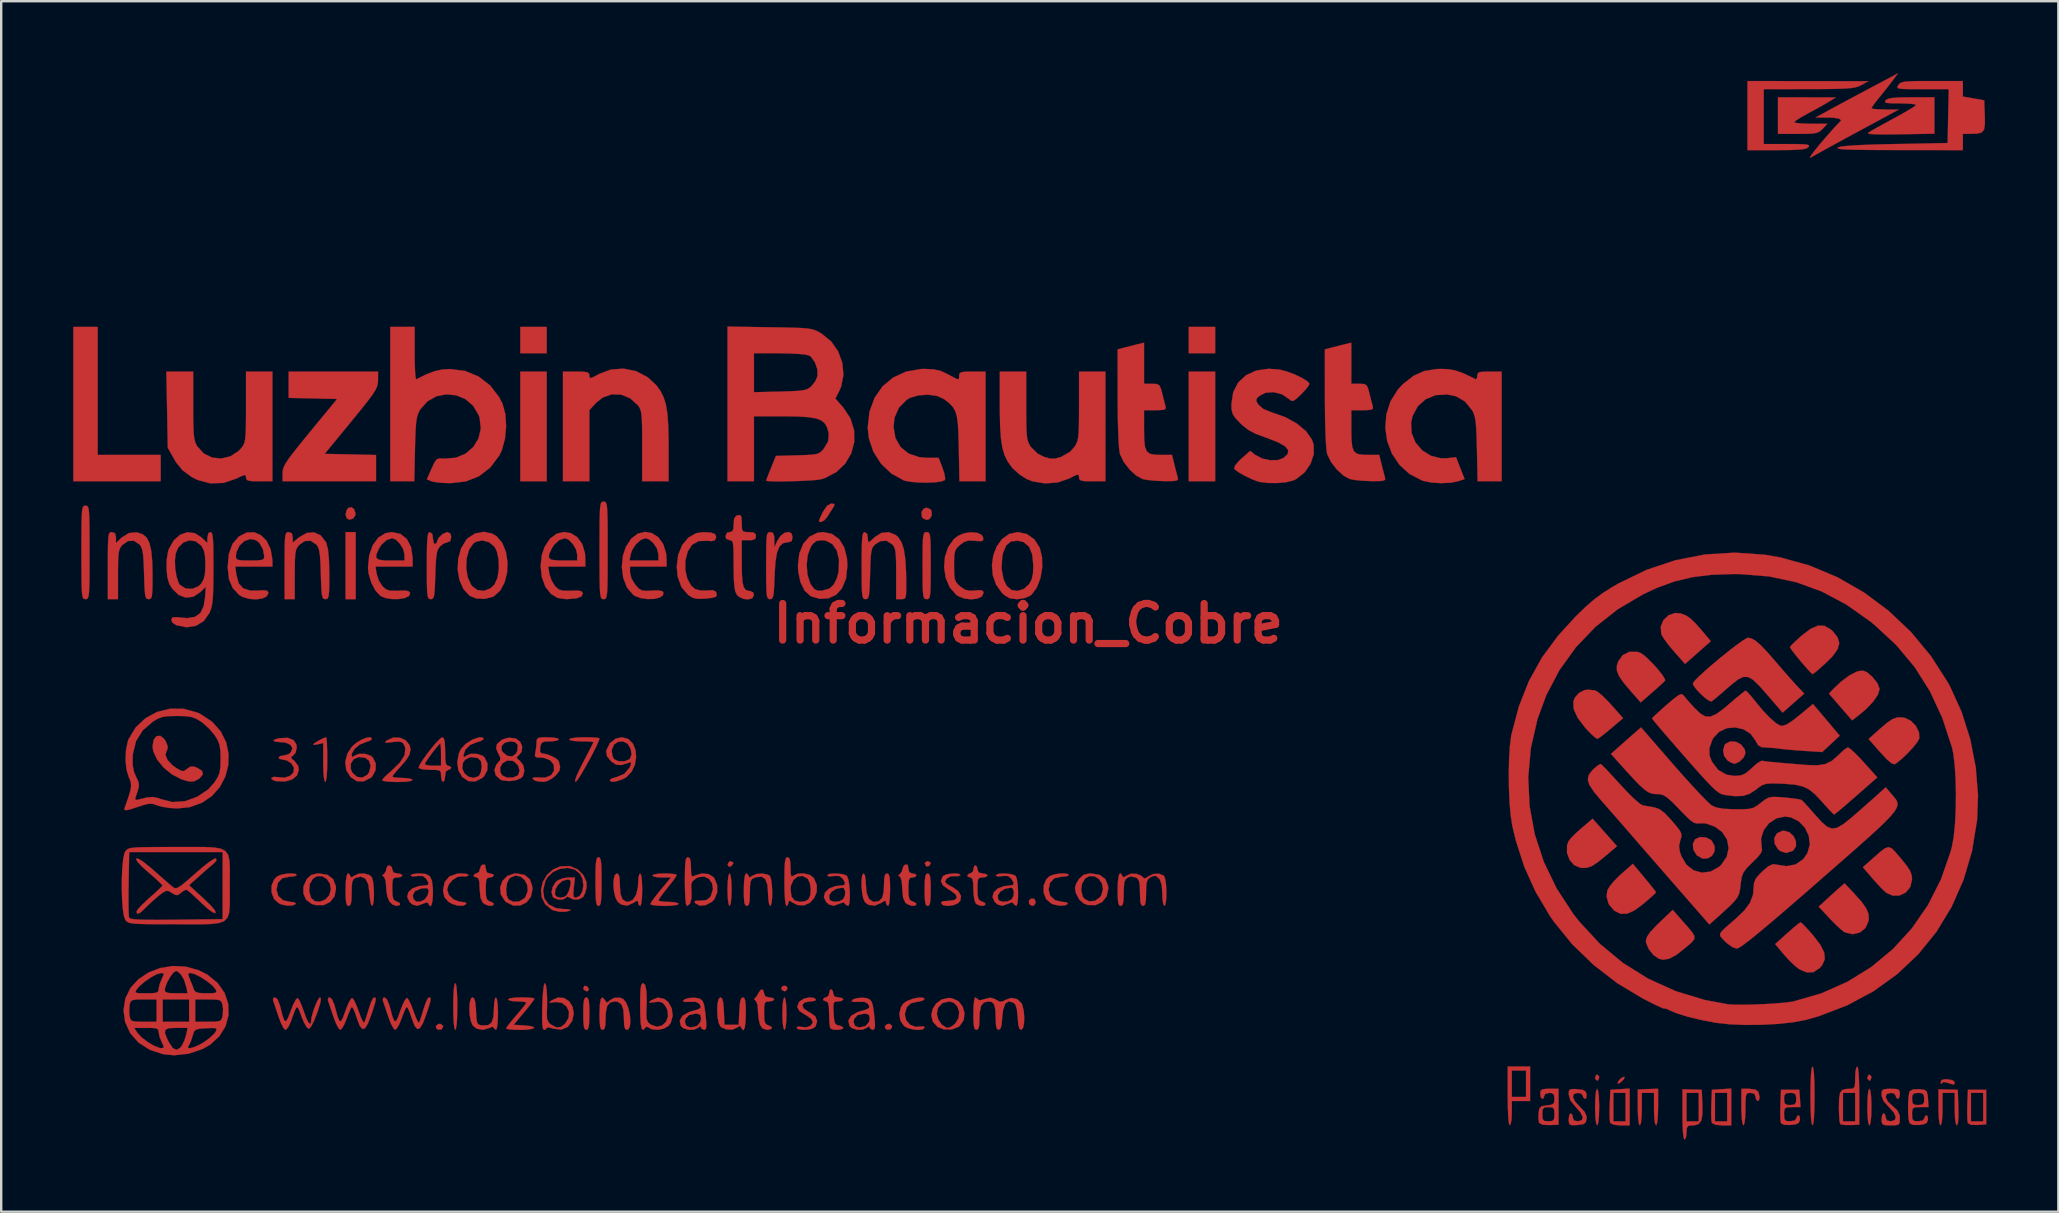
<source format=kicad_pcb>
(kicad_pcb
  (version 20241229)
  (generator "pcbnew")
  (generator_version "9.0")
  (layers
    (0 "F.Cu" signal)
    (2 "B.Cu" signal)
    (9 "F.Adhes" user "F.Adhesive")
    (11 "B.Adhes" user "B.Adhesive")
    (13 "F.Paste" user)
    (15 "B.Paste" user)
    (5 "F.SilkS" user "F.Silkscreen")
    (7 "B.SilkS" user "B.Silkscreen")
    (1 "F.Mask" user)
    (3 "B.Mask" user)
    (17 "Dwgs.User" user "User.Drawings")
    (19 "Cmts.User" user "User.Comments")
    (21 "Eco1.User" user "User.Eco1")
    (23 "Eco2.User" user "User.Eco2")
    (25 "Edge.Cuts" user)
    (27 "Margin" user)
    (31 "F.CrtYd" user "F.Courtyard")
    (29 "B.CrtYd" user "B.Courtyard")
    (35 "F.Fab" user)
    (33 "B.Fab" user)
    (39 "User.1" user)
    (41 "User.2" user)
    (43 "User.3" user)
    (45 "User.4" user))
  (footprint "Informacion_Cobre"
    (layer "F.Cu")
    (at 39.798 22.933)
    (property "Reference" "Informacion_Cobre" (at 0 0 0) (layer "F.Cu") (effects (font (size 1.524 1.524) (thickness 0.3))))
    (attr through_hole)
    (fp_poly (pts (xy -28.025 -1.016) (xy -28.448 -1.016) (xy -28.448 -3.81) (xy -28.025 -3.81) (xy -28.025 -1.016)) (stroke (width 0.01) (type solid)) (fill yes) (layer "F.Cu"))
    (fp_poly (pts (xy -20.066 -11.261) (xy -21.167 -11.261) (xy -21.167 -12.361) (xy -20.066 -12.361) (xy -20.066 -11.261)) (stroke (width 0.01) (type solid)) (fill yes) (layer "F.Cu"))
    (fp_poly (pts (xy -20.066 -5.927) (xy -21.167 -5.927) (xy -21.167 -10.499) (xy -20.066 -10.499) (xy -20.066 -5.927)) (stroke (width 0.01) (type solid)) (fill yes) (layer "F.Cu"))
    (fp_poly (pts (xy 7.789 -11.261) (xy 6.689 -11.261) (xy 6.689 -12.361) (xy 7.789 -12.361) (xy 7.789 -11.261)) (stroke (width 0.01) (type solid)) (fill yes) (layer "F.Cu"))
    (fp_poly (pts (xy 7.789 -5.927) (xy 6.689 -5.927) (xy 6.689 -10.499) (xy 7.789 -10.499) (xy 7.789 -5.927)) (stroke (width 0.01) (type solid)) (fill yes) (layer "F.Cu"))
    (fp_poly (pts (xy -38.777 -7.027) (xy -36.153 -7.027) (xy -36.153 -5.927) (xy -39.793 -5.927) (xy -39.793 -12.361) (xy -38.777 -12.361) (xy -38.777 -7.027)) (stroke (width 0.01) (type solid)) (fill yes) (layer "F.Cu"))
    (fp_poly (pts (xy -18.391 15.113) (xy -18.307 15.224) (xy -18.344 15.31) (xy -18.408 15.325) (xy -18.525 15.256) (xy -18.542 15.191) (xy -18.493 15.098) (xy -18.391 15.113)) (stroke (width 0.01) (type solid)) (fill yes) (layer "F.Cu"))
    (fp_poly (pts (xy -12.298 9.955) (xy -12.296 10.007) (xy -12.38 10.118) (xy -12.482 10.133) (xy -12.531 10.04) (xy -12.462 9.923) (xy -12.397 9.906) (xy -12.298 9.955)) (stroke (width 0.01) (type solid)) (fill yes) (layer "F.Cu"))
    (fp_poly (pts (xy -24.398 16.747) (xy -24.384 16.806) (xy -24.447 16.913) (xy -24.581 16.928) (xy -24.664 16.879) (xy -24.684 16.776) (xy -24.587 16.693) (xy -24.506 16.679) (xy -24.398 16.747)) (stroke (width 0.01) (type solid)) (fill yes) (layer "F.Cu"))
    (fp_poly (pts (xy -10.074 15.114) (xy -10.029 15.211) (xy -10.093 15.306) (xy -10.16 15.325) (xy -10.27 15.264) (xy -10.283 15.246) (xy -10.278 15.145) (xy -10.176 15.092) (xy -10.074 15.114)) (stroke (width 0.01) (type solid)) (fill yes) (layer "F.Cu"))
    (fp_poly (pts (xy -5.687 16.747) (xy -5.673 16.806) (xy -5.736 16.913) (xy -5.869 16.928) (xy -5.953 16.879) (xy -5.972 16.776) (xy -5.875 16.693) (xy -5.795 16.679) (xy -5.687 16.747)) (stroke (width 0.01) (type solid)) (fill yes) (layer "F.Cu"))
    (fp_poly (pts (xy -4.078 9.949) (xy -4.064 9.986) (xy -4.12 10.096) (xy -4.229 10.123) (xy -4.264 10.101) (xy -4.315 9.978) (xy -4.225 9.908) (xy -4.191 9.906) (xy -4.078 9.949)) (stroke (width 0.01) (type solid)) (fill yes) (layer "F.Cu"))
    (fp_poly (pts (xy 23.782 18.865) (xy 23.791 18.923) (xy 23.746 19.036) (xy 23.707 19.05) (xy 23.632 18.981) (xy 23.622 18.923) (xy 23.668 18.81) (xy 23.707 18.796) (xy 23.782 18.865)) (stroke (width 0.01) (type solid)) (fill yes) (layer "F.Cu"))
    (fp_poly (pts (xy 24.852 18.897) (xy 24.828 18.976) (xy 24.723 19.092) (xy 24.602 19.175) (xy 24.553 19.158) (xy 24.605 19.046) (xy 24.718 18.937) (xy 24.825 18.888) (xy 24.852 18.897)) (stroke (width 0.01) (type solid)) (fill yes) (layer "F.Cu"))
    (fp_poly (pts (xy 35.127 18.865) (xy 35.137 18.923) (xy 35.091 19.036) (xy 35.052 19.05) (xy 34.977 18.981) (xy 34.967 18.923) (xy 35.013 18.81) (xy 35.052 18.796) (xy 35.127 18.865)) (stroke (width 0.01) (type solid)) (fill yes) (layer "F.Cu"))
    (fp_poly (pts (xy 0.24 11.471) (xy 0.264 11.49) (xy 0.311 11.624) (xy 0.249 11.742) (xy 0.169 11.769) (xy 0.061 11.707) (xy 0.038 11.677) (xy 0.028 11.547) (xy 0.117 11.461) (xy 0.24 11.471)) (stroke (width 0.01) (type solid)) (fill yes) (layer "F.Cu"))
    (fp_poly (pts (xy -28.084 -4.756) (xy -28.034 -4.587) (xy -28.04 -4.514) (xy -28.13 -4.377) (xy -28.28 -4.327) (xy -28.389 -4.372) (xy -28.447 -4.531) (xy -28.405 -4.723) (xy -28.332 -4.817) (xy -28.198 -4.848) (xy -28.084 -4.756)) (stroke (width 0.01) (type solid)) (fill yes) (layer "F.Cu"))
    (fp_poly (pts (xy -4.08 -4.764) (xy -4.033 -4.699) (xy -4.019 -4.497) (xy -4.117 -4.353) (xy -4.233 -4.318) (xy -4.387 -4.38) (xy -4.433 -4.445) (xy -4.448 -4.647) (xy -4.35 -4.791) (xy -4.233 -4.826) (xy -4.08 -4.764)) (stroke (width 0.01) (type solid)) (fill yes) (layer "F.Cu"))
    (fp_poly (pts (xy 28.228 8.91) (xy 28.444 9.013) (xy 28.477 9.045) (xy 28.606 9.278) (xy 28.6 9.501) (xy 28.492 9.681) (xy 28.313 9.79) (xy 28.095 9.795) (xy 27.869 9.665) (xy 27.855 9.652) (xy 27.718 9.428) (xy 27.695 9.183) (xy 27.788 8.992) (xy 27.982 8.901) (xy 28.228 8.91)) (stroke (width 0.01) (type solid)) (fill yes) (layer "F.Cu"))
    (fp_poly (pts (xy 31.721 8.699) (xy 31.893 8.859) (xy 31.99 9.068) (xy 31.994 9.281) (xy 31.886 9.45) (xy 31.84 9.48) (xy 31.575 9.562) (xy 31.347 9.487) (xy 31.242 9.398) (xy 31.1 9.168) (xy 31.091 8.935) (xy 31.2 8.745) (xy 31.411 8.643) (xy 31.494 8.636) (xy 31.721 8.699)) (stroke (width 0.01) (type solid)) (fill yes) (layer "F.Cu"))
    (fp_poly (pts (xy 38.311 18.993) (xy 38.516 19.03) (xy 38.607 19.105) (xy 38.608 19.113) (xy 38.596 19.197) (xy 38.527 19.209) (xy 38.355 19.151) (xy 38.323 19.139) (xy 38.143 19.102) (xy 38.07 19.16) (xy 38.033 19.184) (xy 38.022 19.12) (xy 38.058 19.022) (xy 38.202 18.99) (xy 38.311 18.993)) (stroke (width 0.01) (type solid)) (fill yes) (layer "F.Cu"))
    (fp_poly (pts (xy -8.082 -4.982) (xy -8.085 -4.909) (xy -8.148 -4.805) (xy -8.294 -4.575) (xy -8.389 -4.424) (xy -8.506 -4.296) (xy -8.633 -4.229) (xy -8.713 -4.247) (xy -8.721 -4.279) (xy -8.685 -4.376) (xy -8.597 -4.566) (xy -8.55 -4.66) (xy -8.385 -4.906) (xy -8.218 -4.995) (xy -8.201 -4.995) (xy -8.082 -4.982)) (stroke (width 0.01) (type solid)) (fill yes) (layer "F.Cu"))
    (fp_poly (pts (xy 29.499 4.931) (xy 29.714 5.051) (xy 29.858 5.247) (xy 29.887 5.399) (xy 29.818 5.576) (xy 29.656 5.743) (xy 29.466 5.837) (xy 29.422 5.842) (xy 29.291 5.797) (xy 29.144 5.71) (xy 29.001 5.524) (xy 28.956 5.283) (xy 29.018 5.062) (xy 29.058 5.012) (xy 29.262 4.91) (xy 29.499 4.931)) (stroke (width 0.01) (type solid)) (fill yes) (layer "F.Cu"))
    (fp_poly (pts (xy -23.838 15.067) (xy -23.811 15.297) (xy -23.795 15.655) (xy -23.791 15.96) (xy -23.798 16.393) (xy -23.818 16.712) (xy -23.85 16.896) (xy -23.876 16.933) (xy -23.914 16.852) (xy -23.941 16.622) (xy -23.957 16.264) (xy -23.961 15.96) (xy -23.954 15.526) (xy -23.934 15.208) (xy -23.902 15.024) (xy -23.876 14.986) (xy -23.838 15.067)) (stroke (width 0.01) (type solid)) (fill yes) (layer "F.Cu"))
    (fp_poly (pts (xy -18.35 15.611) (xy -18.311 15.726) (xy -18.292 15.956) (xy -18.288 16.256) (xy -18.294 16.604) (xy -18.316 16.812) (xy -18.359 16.912) (xy -18.415 16.933) (xy -18.48 16.901) (xy -18.519 16.786) (xy -18.538 16.556) (xy -18.542 16.256) (xy -18.536 15.908) (xy -18.514 15.7) (xy -18.471 15.6) (xy -18.415 15.579) (xy -18.35 15.611)) (stroke (width 0.01) (type solid)) (fill yes) (layer "F.Cu"))
    (fp_poly (pts (xy -12.404 10.493) (xy -12.375 10.709) (xy -12.362 11.031) (xy -12.361 11.091) (xy -12.371 11.427) (xy -12.398 11.662) (xy -12.438 11.766) (xy -12.446 11.769) (xy -12.488 11.689) (xy -12.517 11.473) (xy -12.53 11.152) (xy -12.531 11.091) (xy -12.521 10.756) (xy -12.494 10.52) (xy -12.454 10.416) (xy -12.446 10.414) (xy -12.404 10.493)) (stroke (width 0.01) (type solid)) (fill yes) (layer "F.Cu"))
    (fp_poly (pts (xy -10.118 15.658) (xy -10.089 15.874) (xy -10.076 16.195) (xy -10.075 16.256) (xy -10.085 16.591) (xy -10.112 16.827) (xy -10.152 16.931) (xy -10.16 16.933) (xy -10.202 16.854) (xy -10.231 16.638) (xy -10.244 16.317) (xy -10.245 16.256) (xy -10.235 15.921) (xy -10.208 15.685) (xy -10.168 15.581) (xy -10.16 15.579) (xy -10.118 15.658)) (stroke (width 0.01) (type solid)) (fill yes) (layer "F.Cu"))
    (fp_poly (pts (xy -4.126 10.446) (xy -4.087 10.562) (xy -4.068 10.791) (xy -4.064 11.091) (xy -4.07 11.439) (xy -4.092 11.647) (xy -4.135 11.747) (xy -4.191 11.769) (xy -4.256 11.737) (xy -4.295 11.621) (xy -4.314 11.391) (xy -4.318 11.091) (xy -4.312 10.744) (xy -4.29 10.535) (xy -4.247 10.436) (xy -4.191 10.414) (xy -4.126 10.446)) (stroke (width 0.01) (type solid)) (fill yes) (layer "F.Cu"))
    (fp_poly (pts (xy 23.747 19.469) (xy 23.776 19.69) (xy 23.79 20.025) (xy 23.791 20.151) (xy 23.782 20.516) (xy 23.758 20.776) (xy 23.721 20.904) (xy 23.707 20.913) (xy 23.666 20.833) (xy 23.637 20.611) (xy 23.623 20.277) (xy 23.622 20.151) (xy 23.631 19.786) (xy 23.655 19.525) (xy 23.693 19.397) (xy 23.707 19.389) (xy 23.747 19.469)) (stroke (width 0.01) (type solid)) (fill yes) (layer "F.Cu"))
    (fp_poly (pts (xy 35.093 19.469) (xy 35.122 19.69) (xy 35.136 20.025) (xy 35.137 20.151) (xy 35.128 20.516) (xy 35.103 20.776) (xy 35.066 20.904) (xy 35.052 20.913) (xy 35.011 20.833) (xy 34.982 20.611) (xy 34.968 20.277) (xy 34.967 20.151) (xy 34.976 19.786) (xy 35.001 19.525) (xy 35.038 19.397) (xy 35.052 19.389) (xy 35.093 19.469)) (stroke (width 0.01) (type solid)) (fill yes) (layer "F.Cu"))
    (fp_poly (pts (xy 24.026 8.705) (xy 24.535 9.278) (xy 24.049 9.691) (xy 23.732 9.948) (xy 23.494 10.104) (xy 23.292 10.177) (xy 23.088 10.186) (xy 23.01 10.178) (xy 22.751 10.069) (xy 22.557 9.844) (xy 22.451 9.553) (xy 22.453 9.243) (xy 22.517 9.068) (xy 22.619 8.94) (xy 22.812 8.746) (xy 23.053 8.529) (xy 23.057 8.526) (xy 23.517 8.133) (xy 24.026 8.705)) (stroke (width 0.01) (type solid)) (fill yes) (layer "F.Cu"))
    (fp_poly (pts (xy 27.198 -0.418) (xy 27.396 -0.342) (xy 27.584 -0.218) (xy 27.795 -0.018) (xy 28.065 0.286) (xy 28.116 0.347) (xy 28.443 0.737) (xy 27.906 1.211) (xy 27.37 1.685) (xy 26.905 1.158) (xy 26.679 0.888) (xy 26.497 0.642) (xy 26.389 0.465) (xy 26.378 0.437) (xy 26.357 0.129) (xy 26.469 -0.144) (xy 26.682 -0.345) (xy 26.96 -0.44) (xy 27.198 -0.418)) (stroke (width 0.01) (type solid)) (fill yes) (layer "F.Cu"))
    (fp_poly (pts (xy 39.92 20.87) (xy 39.56 20.896) (xy 39.291 20.891) (xy 39.163 20.823) (xy 39.154 20.804) (xy 39.135 20.665) (xy 39.127 20.41) (xy 39.132 20.091) (xy 39.133 20.058) (xy 39.153 19.558) (xy 39.285 19.558) (xy 39.285 20.743) (xy 39.793 20.743) (xy 39.793 19.558) (xy 39.285 19.558) (xy 39.153 19.558) (xy 39.158 19.431) (xy 39.92 19.431) (xy 39.92 20.87)) (stroke (width 0.01) (type solid)) (fill yes) (layer "F.Cu"))
    (fp_poly (pts (xy 25.061 20.913) (xy 24.678 20.913) (xy 24.401 20.887) (xy 24.259 20.815) (xy 24.25 20.799) (xy 24.232 20.663) (xy 24.225 20.409) (xy 24.231 20.091) (xy 24.232 20.058) (xy 24.252 19.558) (xy 24.384 19.558) (xy 24.384 20.743) (xy 24.892 20.743) (xy 24.892 19.558) (xy 24.384 19.558) (xy 24.252 19.558) (xy 24.257 19.431) (xy 24.659 19.405) (xy 25.061 19.379) (xy 25.061 20.913)) (stroke (width 0.01) (type solid)) (fill yes) (layer "F.Cu"))
    (fp_poly (pts (xy 29.295 20.913) (xy 28.911 20.913) (xy 28.634 20.887) (xy 28.492 20.815) (xy 28.484 20.799) (xy 28.466 20.663) (xy 28.459 20.409) (xy 28.464 20.091) (xy 28.465 20.058) (xy 28.485 19.558) (xy 28.617 19.558) (xy 28.617 20.743) (xy 29.125 20.743) (xy 29.125 19.558) (xy 28.617 19.558) (xy 28.485 19.558) (xy 28.49 19.431) (xy 28.892 19.405) (xy 29.295 19.379) (xy 29.295 20.913)) (stroke (width 0.01) (type solid)) (fill yes) (layer "F.Cu"))
    (fp_poly (pts (xy 34.958 2.031) (xy 35.153 2.201) (xy 35.177 2.225) (xy 35.388 2.487) (xy 35.474 2.718) (xy 35.475 2.74) (xy 35.406 2.967) (xy 35.213 3.25) (xy 34.919 3.56) (xy 34.642 3.796) (xy 34.332 4.037) (xy 33.85 3.48) (xy 33.368 2.922) (xy 33.554 2.722) (xy 33.879 2.414) (xy 34.215 2.166) (xy 34.515 2.01) (xy 34.618 1.979) (xy 34.8 1.966) (xy 34.958 2.031)) (stroke (width 0.01) (type solid)) (fill yes) (layer "F.Cu"))
    (fp_poly (pts (xy -17.852 9.762) (xy -17.815 9.856) (xy -17.793 10.044) (xy -17.783 10.351) (xy -17.78 10.753) (xy -17.783 11.191) (xy -17.795 11.485) (xy -17.818 11.663) (xy -17.857 11.748) (xy -17.907 11.769) (xy -17.962 11.743) (xy -17.999 11.65) (xy -18.021 11.462) (xy -18.031 11.154) (xy -18.034 10.753) (xy -18.031 10.315) (xy -18.019 10.02) (xy -17.996 9.843) (xy -17.957 9.757) (xy -17.907 9.737) (xy -17.852 9.762)) (stroke (width 0.01) (type solid)) (fill yes) (layer "F.Cu"))
    (fp_poly (pts (xy 20.913 19.897) (xy 20.151 19.897) (xy 20.151 20.405) (xy 20.138 20.675) (xy 20.104 20.859) (xy 20.066 20.913) (xy 20.031 20.831) (xy 20.005 20.595) (xy 19.988 20.22) (xy 19.981 19.721) (xy 19.981 19.685) (xy 19.981 18.627) (xy 20.151 18.627) (xy 20.151 19.727) (xy 20.743 19.727) (xy 20.743 18.627) (xy 20.151 18.627) (xy 19.981 18.627) (xy 19.981 18.457) (xy 20.913 18.457) (xy 20.913 19.897)) (stroke (width 0.01) (type solid)) (fill yes) (layer "F.Cu"))
    (fp_poly (pts (xy 32.716 18.539) (xy 32.743 18.775) (xy 32.76 19.15) (xy 32.766 19.649) (xy 32.766 19.685) (xy 32.76 20.191) (xy 32.744 20.575) (xy 32.718 20.82) (xy 32.684 20.912) (xy 32.681 20.913) (xy 32.646 20.831) (xy 32.62 20.595) (xy 32.603 20.22) (xy 32.597 19.721) (xy 32.597 19.685) (xy 32.602 19.179) (xy 32.619 18.795) (xy 32.644 18.55) (xy 32.679 18.458) (xy 32.681 18.457) (xy 32.716 18.539)) (stroke (width 0.01) (type solid)) (fill yes) (layer "F.Cu"))
    (fp_poly (pts (xy 36.52 3.929) (xy 36.776 4.048) (xy 36.989 4.267) (xy 37.12 4.533) (xy 37.133 4.788) (xy 37.046 4.944) (xy 36.868 5.167) (xy 36.638 5.415) (xy 36.393 5.647) (xy 36.174 5.822) (xy 36.109 5.863) (xy 35.992 5.836) (xy 35.789 5.669) (xy 35.509 5.37) (xy 35.019 4.812) (xy 35.48 4.399) (xy 35.784 4.139) (xy 36.012 3.984) (xy 36.206 3.914) (xy 36.407 3.912) (xy 36.52 3.929)) (stroke (width 0.01) (type solid)) (fill yes) (layer "F.Cu"))
    (fp_poly (pts (xy -29.238 4.82) (xy -29.223 5.034) (xy -29.213 5.35) (xy -29.21 5.673) (xy -29.217 6.093) (xy -29.238 6.4) (xy -29.27 6.574) (xy -29.295 6.604) (xy -29.334 6.524) (xy -29.363 6.3) (xy -29.378 5.958) (xy -29.379 5.79) (xy -29.379 4.977) (xy -29.591 5.03) (xy -29.748 5.056) (xy -29.803 5.041) (xy -29.737 4.981) (xy -29.583 4.888) (xy -29.407 4.796) (xy -29.275 4.744) (xy -29.257 4.741) (xy -29.238 4.82)) (stroke (width 0.01) (type solid)) (fill yes) (layer "F.Cu"))
    (fp_poly (pts (xy 27.207 12.332) (xy 27.491 12.652) (xy 27.674 12.873) (xy 27.761 13.028) (xy 27.756 13.149) (xy 27.663 13.27) (xy 27.488 13.424) (xy 27.368 13.526) (xy 27.004 13.811) (xy 26.71 13.968) (xy 26.461 14.01) (xy 26.28 13.97) (xy 26.05 13.812) (xy 25.856 13.566) (xy 25.747 13.301) (xy 25.739 13.219) (xy 25.782 13.06) (xy 25.922 12.855) (xy 26.177 12.582) (xy 26.297 12.466) (xy 26.855 11.932) (xy 27.207 12.332)) (stroke (width 0.01) (type solid)) (fill yes) (layer "F.Cu"))
    (fp_poly (pts (xy 32.26 12.508) (xy 32.415 12.667) (xy 32.623 12.897) (xy 32.714 13.003) (xy 33.012 13.394) (xy 33.171 13.715) (xy 33.194 13.988) (xy 33.087 14.233) (xy 32.982 14.355) (xy 32.723 14.527) (xy 32.439 14.54) (xy 32.128 14.405) (xy 31.938 14.257) (xy 31.701 14.028) (xy 31.498 13.803) (xy 31.125 13.357) (xy 31.628 12.905) (xy 31.869 12.693) (xy 32.062 12.533) (xy 32.173 12.454) (xy 32.185 12.449) (xy 32.26 12.508)) (stroke (width 0.01) (type solid)) (fill yes) (layer "F.Cu"))
    (fp_poly (pts (xy 34.429 11.263) (xy 34.733 11.605) (xy 34.922 11.872) (xy 35.015 12.099) (xy 35.028 12.317) (xy 35.015 12.405) (xy 34.886 12.691) (xy 34.653 12.877) (xy 34.359 12.946) (xy 34.052 12.877) (xy 33.992 12.845) (xy 33.851 12.734) (xy 33.641 12.538) (xy 33.403 12.296) (xy 33.38 12.271) (xy 32.939 11.799) (xy 33.255 11.507) (xy 33.493 11.289) (xy 33.722 11.083) (xy 33.794 11.02) (xy 34.018 10.825) (xy 34.429 11.263)) (stroke (width 0.01) (type solid)) (fill yes) (layer "F.Cu"))
    (fp_poly (pts (xy 25.384 1.181) (xy 25.505 1.219) (xy 25.652 1.316) (xy 25.85 1.494) (xy 26.069 1.718) (xy 26.276 1.954) (xy 26.442 2.167) (xy 26.534 2.322) (xy 26.54 2.375) (xy 26.461 2.458) (xy 26.288 2.618) (xy 26.056 2.824) (xy 26.011 2.863) (xy 25.521 3.288) (xy 25.114 2.826) (xy 24.813 2.47) (xy 24.624 2.197) (xy 24.532 1.976) (xy 24.526 1.776) (xy 24.586 1.576) (xy 24.777 1.315) (xy 25.057 1.177) (xy 25.384 1.181)) (stroke (width 0.01) (type solid)) (fill yes) (layer "F.Cu"))
    (fp_poly (pts (xy 25.678 10.59) (xy 25.893 10.851) (xy 26.059 11.058) (xy 26.151 11.181) (xy 26.162 11.201) (xy 26.102 11.267) (xy 25.943 11.413) (xy 25.715 11.611) (xy 25.646 11.671) (xy 25.268 11.952) (xy 24.953 12.092) (xy 24.68 12.096) (xy 24.427 11.97) (xy 24.41 11.957) (xy 24.187 11.69) (xy 24.099 11.368) (xy 24.136 11.111) (xy 24.24 10.938) (xy 24.436 10.706) (xy 24.682 10.463) (xy 24.707 10.441) (xy 25.195 10.012) (xy 25.678 10.59)) (stroke (width 0.01) (type solid)) (fill yes) (layer "F.Cu"))
    (fp_poly (pts (xy 35.976 9.364) (xy 36.132 9.516) (xy 36.349 9.772) (xy 36.358 9.783) (xy 36.6 10.081) (xy 36.744 10.3) (xy 36.813 10.483) (xy 36.83 10.658) (xy 36.759 10.974) (xy 36.572 11.206) (xy 36.31 11.334) (xy 36.012 11.336) (xy 35.764 11.224) (xy 35.623 11.101) (xy 35.419 10.89) (xy 35.194 10.639) (xy 35.186 10.629) (xy 34.78 10.155) (xy 35.184 9.797) (xy 35.484 9.532) (xy 35.69 9.372) (xy 35.841 9.316) (xy 35.976 9.364)) (stroke (width 0.01) (type solid)) (fill yes) (layer "F.Cu"))
    (fp_poly (pts (xy 23.521 2.777) (xy 23.61 2.783) (xy 23.733 2.849) (xy 23.931 3.014) (xy 24.168 3.249) (xy 24.278 3.369) (xy 24.789 3.944) (xy 24.299 4.361) (xy 24.053 4.565) (xy 23.852 4.722) (xy 23.734 4.802) (xy 23.726 4.806) (xy 23.634 4.76) (xy 23.467 4.613) (xy 23.257 4.395) (xy 23.21 4.343) (xy 22.892 3.925) (xy 22.729 3.564) (xy 22.716 3.251) (xy 22.774 3.093) (xy 22.949 2.895) (xy 23.184 2.773) (xy 23.347 2.758) (xy 23.521 2.777)) (stroke (width 0.01) (type solid)) (fill yes) (layer "F.Cu"))
    (fp_poly (pts (xy 26.247 20.149) (xy 26.238 20.515) (xy 26.213 20.776) (xy 26.176 20.904) (xy 26.162 20.913) (xy 26.12 20.833) (xy 26.091 20.617) (xy 26.078 20.296) (xy 26.077 20.235) (xy 26.077 19.558) (xy 25.569 19.558) (xy 25.569 20.235) (xy 25.559 20.571) (xy 25.532 20.806) (xy 25.492 20.91) (xy 25.485 20.913) (xy 25.444 20.833) (xy 25.415 20.612) (xy 25.401 20.279) (xy 25.4 20.164) (xy 25.4 19.416) (xy 25.823 19.401) (xy 26.247 19.386) (xy 26.247 20.149)) (stroke (width 0.01) (type solid)) (fill yes) (layer "F.Cu"))
    (fp_poly (pts (xy 33.655 -21.923) (xy 33.348 -21.736) (xy 33.114 -21.599) (xy 32.799 -21.423) (xy 32.481 -21.251) (xy 32.211 -21.101) (xy 32.013 -20.975) (xy 31.922 -20.898) (xy 31.92 -20.892) (xy 31.998 -20.862) (xy 32.205 -20.84) (xy 32.503 -20.829) (xy 32.611 -20.828) (xy 33.304 -20.828) (xy 33.105 -20.616) (xy 33.001 -20.519) (xy 32.887 -20.457) (xy 32.722 -20.422) (xy 32.467 -20.408) (xy 32.083 -20.405) (xy 32.074 -20.405) (xy 31.242 -20.405) (xy 31.242 -21.929) (xy 33.655 -21.923)) (stroke (width 0.01) (type solid)) (fill yes) (layer "F.Cu"))
    (fp_poly (pts (xy 38.333 19.419) (xy 38.735 19.431) (xy 38.759 20.172) (xy 38.763 20.563) (xy 38.743 20.814) (xy 38.701 20.912) (xy 38.696 20.913) (xy 38.65 20.832) (xy 38.62 20.608) (xy 38.608 20.263) (xy 38.608 20.235) (xy 38.608 19.558) (xy 38.1 19.558) (xy 38.1 20.235) (xy 38.09 20.571) (xy 38.063 20.806) (xy 38.023 20.91) (xy 38.015 20.913) (xy 37.975 20.833) (xy 37.946 20.612) (xy 37.932 20.279) (xy 37.931 20.16) (xy 37.931 19.407) (xy 38.333 19.419)) (stroke (width 0.01) (type solid)) (fill yes) (layer "F.Cu"))
    (fp_poly (pts (xy 30.313 19.423) (xy 30.429 19.523) (xy 30.477 19.734) (xy 30.448 19.871) (xy 30.395 19.897) (xy 30.327 19.826) (xy 30.311 19.727) (xy 30.261 19.595) (xy 30.099 19.558) (xy 29.994 19.565) (xy 29.931 19.61) (xy 29.9 19.727) (xy 29.889 19.95) (xy 29.887 20.235) (xy 29.877 20.571) (xy 29.85 20.806) (xy 29.81 20.91) (xy 29.803 20.913) (xy 29.762 20.833) (xy 29.733 20.611) (xy 29.719 20.277) (xy 29.718 20.151) (xy 29.718 19.389) (xy 30.048 19.389) (xy 30.313 19.423)) (stroke (width 0.01) (type solid)) (fill yes) (layer "F.Cu"))
    (fp_poly (pts (xy -27.095 -10.139) (xy -27.102 -10.009) (xy -27.132 -9.883) (xy -27.198 -9.739) (xy -27.313 -9.556) (xy -27.492 -9.313) (xy -27.748 -8.988) (xy -28.096 -8.56) (xy -28.207 -8.424) (xy -29.317 -7.07) (xy -27.178 -7.022) (xy -27.178 -5.927) (xy -31.073 -5.927) (xy -31.073 -6.26) (xy -31.064 -6.382) (xy -31.03 -6.508) (xy -30.956 -6.657) (xy -30.83 -6.851) (xy -30.636 -7.109) (xy -30.363 -7.453) (xy -29.996 -7.903) (xy -29.937 -7.975) (xy -28.801 -9.356) (xy -30.819 -9.403) (xy -30.819 -10.499) (xy -27.093 -10.499) (xy -27.095 -10.139)) (stroke (width 0.01) (type solid)) (fill yes) (layer "F.Cu"))
    (fp_poly (pts (xy 27.665 19.419) (xy 28.067 19.431) (xy 28.092 20.053) (xy 28.093 20.449) (xy 28.049 20.707) (xy 27.946 20.851) (xy 27.773 20.908) (xy 27.676 20.913) (xy 27.512 20.93) (xy 27.445 21.017) (xy 27.432 21.209) (xy 27.411 21.405) (xy 27.358 21.503) (xy 27.347 21.505) (xy 27.311 21.424) (xy 27.283 21.192) (xy 27.267 20.828) (xy 27.263 20.456) (xy 27.263 19.558) (xy 27.432 19.558) (xy 27.432 20.743) (xy 27.94 20.743) (xy 27.94 19.558) (xy 27.432 19.558) (xy 27.263 19.558) (xy 27.263 19.407) (xy 27.665 19.419)) (stroke (width 0.01) (type solid)) (fill yes) (layer "F.Cu"))
    (fp_poly (pts (xy 33.177 0.096) (xy 33.437 0.243) (xy 33.535 0.332) (xy 33.732 0.582) (xy 33.797 0.822) (xy 33.726 1.076) (xy 33.513 1.368) (xy 33.254 1.627) (xy 33.01 1.849) (xy 32.815 2.017) (xy 32.699 2.105) (xy 32.683 2.112) (xy 32.612 2.049) (xy 32.461 1.887) (xy 32.259 1.656) (xy 32.186 1.569) (xy 31.978 1.316) (xy 31.823 1.114) (xy 31.744 0.994) (xy 31.739 0.979) (xy 31.802 0.902) (xy 31.961 0.746) (xy 32.184 0.543) (xy 32.227 0.506) (xy 32.595 0.225) (xy 32.904 0.089) (xy 33.177 0.096)) (stroke (width 0.01) (type solid)) (fill yes) (layer "F.Cu"))
    (fp_poly (pts (xy -30.528 10.436) (xy -30.48 10.482) (xy -30.555 10.526) (xy -30.739 10.549) (xy -30.786 10.549) (xy -31.084 10.614) (xy -31.266 10.801) (xy -31.327 11.094) (xy -31.252 11.355) (xy -31.049 11.532) (xy -30.75 11.599) (xy -30.744 11.599) (xy -30.566 11.621) (xy -30.519 11.678) (xy -30.522 11.684) (xy -30.649 11.749) (xy -30.867 11.757) (xy -31.11 11.709) (xy -31.215 11.668) (xy -31.424 11.483) (xy -31.531 11.216) (xy -31.532 10.923) (xy -31.421 10.66) (xy -31.298 10.539) (xy -31.134 10.469) (xy -30.912 10.426) (xy -30.691 10.414) (xy -30.528 10.436)) (stroke (width 0.01) (type solid)) (fill yes) (layer "F.Cu"))
    (fp_poly (pts (xy -23.41 10.431) (xy -23.321 10.478) (xy -23.326 10.499) (xy -23.438 10.546) (xy -23.581 10.533) (xy -23.787 10.558) (xy -23.998 10.694) (xy -24.158 10.893) (xy -24.215 11.087) (xy -24.139 11.315) (xy -23.946 11.499) (xy -23.688 11.595) (xy -23.617 11.599) (xy -23.448 11.622) (xy -23.409 11.681) (xy -23.41 11.684) (xy -23.545 11.759) (xy -23.765 11.757) (xy -24.007 11.685) (xy -24.161 11.593) (xy -24.326 11.407) (xy -24.383 11.162) (xy -24.384 11.1) (xy -24.316 10.767) (xy -24.119 10.539) (xy -23.802 10.425) (xy -23.633 10.414) (xy -23.41 10.431)) (stroke (width 0.01) (type solid)) (fill yes) (layer "F.Cu"))
    (fp_poly (pts (xy 1.645 10.436) (xy 1.693 10.482) (xy 1.619 10.526) (xy 1.434 10.549) (xy 1.387 10.549) (xy 1.089 10.614) (xy 0.907 10.801) (xy 0.847 11.094) (xy 0.921 11.355) (xy 1.124 11.532) (xy 1.424 11.599) (xy 1.43 11.599) (xy 1.607 11.621) (xy 1.654 11.678) (xy 1.651 11.684) (xy 1.525 11.749) (xy 1.307 11.757) (xy 1.063 11.709) (xy 0.959 11.668) (xy 0.749 11.483) (xy 0.642 11.216) (xy 0.642 10.923) (xy 0.752 10.66) (xy 0.875 10.539) (xy 1.04 10.469) (xy 1.262 10.426) (xy 1.483 10.414) (xy 1.645 10.436)) (stroke (width 0.01) (type solid)) (fill yes) (layer "F.Cu"))
    (fp_poly (pts (xy -4.319 15.636) (xy -4.318 15.647) (xy -4.393 15.712) (xy -4.578 15.758) (xy -4.633 15.764) (xy -4.89 15.825) (xy -5.05 15.975) (xy -5.069 16.008) (xy -5.145 16.283) (xy -5.086 16.534) (xy -4.922 16.722) (xy -4.68 16.808) (xy -4.496 16.791) (xy -4.354 16.789) (xy -4.318 16.839) (xy -4.389 16.911) (xy -4.567 16.935) (xy -4.796 16.915) (xy -5.021 16.856) (xy -5.172 16.775) (xy -5.327 16.551) (xy -5.371 16.264) (xy -5.302 15.979) (xy -5.194 15.824) (xy -5.035 15.721) (xy -4.816 15.64) (xy -4.589 15.591) (xy -4.406 15.586) (xy -4.319 15.636)) (stroke (width 0.01) (type solid)) (fill yes) (layer "F.Cu"))
    (fp_poly (pts (xy -4.171 -3.802) (xy -4.126 -3.763) (xy -4.096 -3.669) (xy -4.077 -3.494) (xy -4.068 -3.217) (xy -4.064 -2.812) (xy -4.064 -2.413) (xy -4.065 -1.897) (xy -4.07 -1.527) (xy -4.081 -1.278) (xy -4.102 -1.127) (xy -4.136 -1.049) (xy -4.185 -1.02) (xy -4.233 -1.016) (xy -4.296 -1.024) (xy -4.341 -1.063) (xy -4.371 -1.157) (xy -4.389 -1.332) (xy -4.399 -1.609) (xy -4.402 -2.014) (xy -4.403 -2.413) (xy -4.402 -2.929) (xy -4.397 -3.299) (xy -4.386 -3.548) (xy -4.364 -3.699) (xy -4.331 -3.777) (xy -4.282 -3.806) (xy -4.233 -3.81) (xy -4.171 -3.802)) (stroke (width 0.01) (type solid)) (fill yes) (layer "F.Cu"))
    (fp_poly (pts (xy 32.491 -22.602) (xy 35.01 -22.599) (xy 34.713 -22.437) (xy 34.601 -22.383) (xy 34.47 -22.343) (xy 34.296 -22.313) (xy 34.055 -22.294) (xy 33.722 -22.281) (xy 33.273 -22.274) (xy 32.685 -22.271) (xy 32.533 -22.271) (xy 30.649 -22.267) (xy 30.649 -19.981) (xy 31.633 -19.981) (xy 32.053 -19.979) (xy 32.328 -19.97) (xy 32.481 -19.95) (xy 32.538 -19.917) (xy 32.521 -19.866) (xy 32.512 -19.854) (xy 32.437 -19.802) (xy 32.295 -19.766) (xy 32.062 -19.743) (xy 31.712 -19.731) (xy 31.219 -19.727) (xy 31.189 -19.727) (xy 29.972 -19.727) (xy 29.972 -22.606) (xy 32.491 -22.602)) (stroke (width 0.01) (type solid)) (fill yes) (layer "F.Cu"))
    (fp_poly (pts (xy -18.196 4.746) (xy -17.972 4.76) (xy -17.867 4.779) (xy -17.865 4.783) (xy -17.903 4.906) (xy -18.005 5.131) (xy -18.151 5.421) (xy -18.322 5.74) (xy -18.498 6.054) (xy -18.66 6.326) (xy -18.787 6.521) (xy -18.861 6.603) (xy -18.864 6.604) (xy -18.883 6.534) (xy -18.812 6.328) (xy -18.654 5.993) (xy -18.549 5.787) (xy -18.375 5.454) (xy -18.234 5.181) (xy -18.144 4.999) (xy -18.119 4.941) (xy -18.196 4.925) (xy -18.396 4.914) (xy -18.627 4.911) (xy -18.897 4.898) (xy -19.081 4.864) (xy -19.135 4.826) (xy -19.056 4.783) (xy -18.843 4.754) (xy -18.529 4.741) (xy -18.5 4.741) (xy -18.196 4.746)) (stroke (width 0.01) (type solid)) (fill yes) (layer "F.Cu"))
    (fp_poly (pts (xy -36.002 4.813) (xy -35.938 4.917) (xy -35.856 5.12) (xy -35.873 5.253) (xy -35.906 5.301) (xy -35.953 5.476) (xy -35.864 5.689) (xy -35.658 5.909) (xy -35.498 6.024) (xy -35.308 6.132) (xy -35.192 6.15) (xy -35.085 6.083) (xy -35.05 6.052) (xy -34.91 5.958) (xy -34.759 5.963) (xy -34.631 6.01) (xy -34.427 6.138) (xy -34.392 6.283) (xy -34.525 6.444) (xy -34.563 6.472) (xy -34.751 6.572) (xy -34.947 6.586) (xy -35.215 6.516) (xy -35.286 6.491) (xy -35.68 6.289) (xy -36.029 6.003) (xy -36.3 5.668) (xy -36.461 5.323) (xy -36.491 5.118) (xy -36.445 4.843) (xy -36.326 4.693) (xy -36.168 4.679) (xy -36.002 4.813)) (stroke (width 0.01) (type solid)) (fill yes) (layer "F.Cu"))
    (fp_poly (pts (xy 37.761 -20.412) (xy 36.32 -20.387) (xy 35.763 -20.381) (xy 35.364 -20.384) (xy 35.113 -20.398) (xy 34.999 -20.423) (xy 35.002 -20.452) (xy 35.122 -20.526) (xy 35.357 -20.66) (xy 35.676 -20.836) (xy 36.043 -21.035) (xy 36.062 -21.045) (xy 36.417 -21.241) (xy 36.71 -21.411) (xy 36.913 -21.539) (xy 36.997 -21.608) (xy 36.998 -21.611) (xy 36.921 -21.64) (xy 36.714 -21.663) (xy 36.417 -21.674) (xy 36.312 -21.675) (xy 35.975 -21.678) (xy 35.781 -21.693) (xy 35.702 -21.724) (xy 35.711 -21.778) (xy 35.729 -21.802) (xy 35.816 -21.86) (xy 35.98 -21.898) (xy 36.249 -21.92) (xy 36.651 -21.928) (xy 36.798 -21.929) (xy 37.761 -21.929) (xy 37.761 -20.412)) (stroke (width 0.01) (type solid)) (fill yes) (layer "F.Cu"))
    (fp_poly (pts (xy -11.828 15.614) (xy -11.79 15.738) (xy -11.772 15.981) (xy -11.769 16.256) (xy -11.781 16.612) (xy -11.816 16.847) (xy -11.869 16.945) (xy -11.934 16.895) (xy -11.963 16.828) (xy -12.019 16.764) (xy -12.114 16.828) (xy -12.316 16.919) (xy -12.571 16.917) (xy -12.791 16.826) (xy -12.821 16.8) (xy -12.897 16.65) (xy -12.944 16.413) (xy -12.962 16.137) (xy -12.952 15.873) (xy -12.911 15.671) (xy -12.841 15.58) (xy -12.831 15.579) (xy -12.759 15.623) (xy -12.714 15.776) (xy -12.687 16.065) (xy -12.683 16.15) (xy -12.658 16.722) (xy -12.065 16.722) (xy -12.04 16.15) (xy -12.016 15.828) (xy -11.975 15.647) (xy -11.91 15.581) (xy -11.892 15.579) (xy -11.828 15.614)) (stroke (width 0.01) (type solid)) (fill yes) (layer "F.Cu"))
    (fp_poly (pts (xy -11.048 15.268) (xy -11.007 15.409) (xy -10.957 15.542) (xy -10.795 15.579) (xy -10.636 15.608) (xy -10.583 15.663) (xy -10.656 15.727) (xy -10.795 15.748) (xy -10.915 15.76) (xy -10.979 15.823) (xy -11.003 15.978) (xy -11.007 16.222) (xy -10.998 16.5) (xy -10.961 16.653) (xy -10.883 16.724) (xy -10.837 16.739) (xy -10.689 16.814) (xy -10.695 16.891) (xy -10.849 16.933) (xy -10.882 16.933) (xy -11.078 16.872) (xy -11.178 16.716) (xy -11.231 16.491) (xy -11.259 16.203) (xy -11.261 16.131) (xy -11.284 15.881) (xy -11.344 15.735) (xy -11.367 15.719) (xy -11.423 15.654) (xy -11.381 15.606) (xy -11.275 15.47) (xy -11.236 15.388) (xy -11.142 15.257) (xy -11.048 15.268)) (stroke (width 0.01) (type solid)) (fill yes) (layer "F.Cu"))
    (fp_poly (pts (xy -3.176 15.615) (xy -2.908 15.739) (xy -2.731 15.962) (xy -2.654 16.239) (xy -2.688 16.52) (xy -2.845 16.759) (xy -2.904 16.806) (xy -3.188 16.915) (xy -3.512 16.914) (xy -3.781 16.808) (xy -3.976 16.589) (xy -4.038 16.329) (xy -4.024 16.262) (xy -3.81 16.262) (xy -3.751 16.501) (xy -3.605 16.712) (xy -3.419 16.836) (xy -3.344 16.849) (xy -3.194 16.793) (xy -3.048 16.679) (xy -2.905 16.447) (xy -2.876 16.191) (xy -2.949 15.958) (xy -3.11 15.796) (xy -3.299 15.748) (xy -3.582 15.818) (xy -3.759 16.012) (xy -3.81 16.262) (xy -4.024 16.262) (xy -3.985 16.065) (xy -3.834 15.832) (xy -3.605 15.666) (xy -3.314 15.602) (xy -3.176 15.615)) (stroke (width 0.01) (type solid)) (fill yes) (layer "F.Cu"))
    (fp_poly (pts (xy 34.579 18.539) (xy 34.606 18.775) (xy 34.622 19.149) (xy 34.629 19.647) (xy 34.629 19.671) (xy 34.629 20.885) (xy 34.262 20.899) (xy 34.025 20.896) (xy 33.865 20.87) (xy 33.839 20.856) (xy 33.812 20.75) (xy 33.792 20.52) (xy 33.782 20.212) (xy 33.782 20.146) (xy 33.79 19.785) (xy 33.828 19.561) (xy 33.831 19.558) (xy 33.951 19.558) (xy 33.951 20.743) (xy 34.459 20.743) (xy 34.459 19.558) (xy 33.951 19.558) (xy 33.831 19.558) (xy 33.916 19.442) (xy 34.073 19.396) (xy 34.255 19.389) (xy 34.372 19.376) (xy 34.433 19.309) (xy 34.456 19.147) (xy 34.459 18.923) (xy 34.473 18.668) (xy 34.509 18.499) (xy 34.544 18.457) (xy 34.579 18.539)) (stroke (width 0.01) (type solid)) (fill yes) (layer "F.Cu"))
    (fp_poly (pts (xy -29.198 10.474) (xy -28.964 10.653) (xy -28.854 10.944) (xy -28.846 11.042) (xy -28.908 11.368) (xy -29.093 11.605) (xy -29.367 11.734) (xy -29.699 11.733) (xy -29.861 11.683) (xy -30.09 11.511) (xy -30.206 11.251) (xy -30.204 11.144) (xy -29.967 11.144) (xy -29.884 11.437) (xy -29.882 11.441) (xy -29.73 11.571) (xy -29.516 11.59) (xy -29.297 11.506) (xy -29.131 11.33) (xy -29.058 11.075) (xy -29.102 10.835) (xy -29.232 10.643) (xy -29.419 10.529) (xy -29.632 10.526) (xy -29.8 10.623) (xy -29.936 10.85) (xy -29.967 11.144) (xy -30.204 11.144) (xy -30.201 10.951) (xy -30.066 10.658) (xy -30.051 10.637) (xy -29.869 10.473) (xy -29.629 10.416) (xy -29.552 10.414) (xy -29.198 10.474)) (stroke (width 0.01) (type solid)) (fill yes) (layer "F.Cu"))
    (fp_poly (pts (xy -26.524 10.146) (xy -26.501 10.245) (xy -26.451 10.377) (xy -26.289 10.414) (xy -26.13 10.443) (xy -26.077 10.499) (xy -26.15 10.562) (xy -26.289 10.583) (xy -26.409 10.595) (xy -26.473 10.658) (xy -26.497 10.813) (xy -26.501 11.057) (xy -26.492 11.335) (xy -26.455 11.488) (xy -26.377 11.56) (xy -26.331 11.575) (xy -26.186 11.65) (xy -26.183 11.73) (xy -26.321 11.769) (xy -26.327 11.769) (xy -26.496 11.704) (xy -26.623 11.58) (xy -26.706 11.375) (xy -26.751 11.09) (xy -26.755 10.995) (xy -26.776 10.73) (xy -26.835 10.57) (xy -26.86 10.548) (xy -26.923 10.492) (xy -26.86 10.449) (xy -26.771 10.333) (xy -26.755 10.238) (xy -26.7 10.104) (xy -26.628 10.075) (xy -26.524 10.146)) (stroke (width 0.01) (type solid)) (fill yes) (layer "F.Cu"))
    (fp_poly (pts (xy -20.989 10.475) (xy -20.767 10.658) (xy -20.665 10.96) (xy -20.659 11.085) (xy -20.729 11.398) (xy -20.913 11.625) (xy -21.17 11.749) (xy -21.459 11.753) (xy -21.739 11.62) (xy -21.806 11.561) (xy -21.977 11.29) (xy -22 11.07) (xy -21.756 11.07) (xy -21.736 11.325) (xy -21.658 11.498) (xy -21.453 11.596) (xy -21.21 11.578) (xy -20.999 11.452) (xy -20.949 11.391) (xy -20.855 11.138) (xy -20.877 10.892) (xy -20.987 10.683) (xy -21.159 10.543) (xy -21.365 10.501) (xy -21.577 10.588) (xy -21.626 10.632) (xy -21.718 10.813) (xy -21.756 11.07) (xy -22 11.07) (xy -22.007 10.999) (xy -21.913 10.73) (xy -21.711 10.523) (xy -21.419 10.419) (xy -21.33 10.414) (xy -20.989 10.475)) (stroke (width 0.01) (type solid)) (fill yes) (layer "F.Cu"))
    (fp_poly (pts (xy -8.933 15.601) (xy -8.848 15.663) (xy -8.883 15.721) (xy -9.056 15.747) (xy -9.097 15.748) (xy -9.325 15.791) (xy -9.413 15.897) (xy -9.361 16.037) (xy -9.167 16.178) (xy -9.102 16.208) (xy -8.88 16.363) (xy -8.795 16.565) (xy -8.858 16.774) (xy -8.907 16.832) (xy -9.042 16.896) (xy -9.246 16.928) (xy -9.457 16.926) (xy -9.611 16.891) (xy -9.652 16.843) (xy -9.586 16.791) (xy -9.483 16.806) (xy -9.252 16.828) (xy -9.064 16.759) (xy -8.976 16.624) (xy -8.975 16.605) (xy -9.048 16.469) (xy -9.238 16.332) (xy -9.274 16.314) (xy -9.533 16.149) (xy -9.627 15.976) (xy -9.558 15.788) (xy -9.522 15.745) (xy -9.348 15.632) (xy -9.128 15.581) (xy -8.933 15.601)) (stroke (width 0.01) (type solid)) (fill yes) (layer "F.Cu"))
    (fp_poly (pts (xy -5.024 10.055) (xy -4.995 10.205) (xy -4.955 10.37) (xy -4.826 10.414) (xy -4.688 10.449) (xy -4.657 10.499) (xy -4.728 10.567) (xy -4.826 10.583) (xy -4.923 10.603) (xy -4.974 10.689) (xy -4.993 10.882) (xy -4.995 11.057) (xy -4.986 11.335) (xy -4.95 11.488) (xy -4.872 11.56) (xy -4.826 11.575) (xy -4.689 11.642) (xy -4.657 11.694) (xy -4.721 11.761) (xy -4.87 11.759) (xy -5.038 11.695) (xy -5.116 11.636) (xy -5.214 11.43) (xy -5.249 11.074) (xy -5.249 11.05) (xy -5.269 10.752) (xy -5.324 10.577) (xy -5.355 10.548) (xy -5.417 10.492) (xy -5.355 10.449) (xy -5.264 10.332) (xy -5.249 10.247) (xy -5.188 10.092) (xy -5.122 10.045) (xy -5.024 10.055)) (stroke (width 0.01) (type solid)) (fill yes) (layer "F.Cu"))
    (fp_poly (pts (xy -2.878 10.434) (xy -2.827 10.481) (xy -2.831 10.491) (xy -2.941 10.534) (xy -3.049 10.523) (xy -3.233 10.534) (xy -3.399 10.628) (xy -3.471 10.762) (xy -3.402 10.841) (xy -3.228 10.948) (xy -3.154 10.985) (xy -2.914 11.153) (xy -2.802 11.351) (xy -2.828 11.546) (xy -2.929 11.658) (xy -3.117 11.738) (xy -3.346 11.768) (xy -3.536 11.742) (xy -3.584 11.712) (xy -3.636 11.619) (xy -3.548 11.57) (xy -3.325 11.557) (xy -3.074 11.521) (xy -2.973 11.425) (xy -3.024 11.288) (xy -3.229 11.131) (xy -3.297 11.094) (xy -3.55 10.917) (xy -3.641 10.731) (xy -3.565 10.544) (xy -3.539 10.516) (xy -3.418 10.458) (xy -3.23 10.424) (xy -3.032 10.415) (xy -2.878 10.434)) (stroke (width 0.01) (type solid)) (fill yes) (layer "F.Cu"))
    (fp_poly (pts (xy 2.977 10.475) (xy 3.216 10.652) (xy 3.328 10.935) (xy 3.336 11.049) (xy 3.264 11.373) (xy 3.073 11.609) (xy 2.799 11.735) (xy 2.479 11.729) (xy 2.317 11.67) (xy 2.122 11.497) (xy 1.985 11.233) (xy 1.965 11.118) (xy 2.205 11.118) (xy 2.27 11.375) (xy 2.339 11.471) (xy 2.551 11.58) (xy 2.789 11.553) (xy 2.994 11.402) (xy 3.043 11.33) (xy 3.115 11.075) (xy 3.072 10.835) (xy 2.942 10.643) (xy 2.755 10.529) (xy 2.541 10.526) (xy 2.373 10.623) (xy 2.24 10.842) (xy 2.205 11.118) (xy 1.965 11.118) (xy 1.947 11.014) (xy 1.998 10.843) (xy 2.119 10.642) (xy 2.123 10.637) (xy 2.305 10.473) (xy 2.544 10.416) (xy 2.621 10.414) (xy 2.977 10.475)) (stroke (width 0.01) (type solid)) (fill yes) (layer "F.Cu"))
    (fp_poly (pts (xy -39.231 -4.905) (xy -39.19 -4.873) (xy -39.16 -4.796) (xy -39.14 -4.652) (xy -39.127 -4.421) (xy -39.12 -4.084) (xy -39.117 -3.619) (xy -39.116 -3.007) (xy -39.116 -2.963) (xy -39.117 -2.341) (xy -39.119 -1.868) (xy -39.126 -1.523) (xy -39.139 -1.286) (xy -39.159 -1.138) (xy -39.188 -1.057) (xy -39.228 -1.023) (xy -39.282 -1.016) (xy -39.285 -1.016) (xy -39.339 -1.022) (xy -39.381 -1.054) (xy -39.411 -1.131) (xy -39.431 -1.275) (xy -39.444 -1.505) (xy -39.451 -1.843) (xy -39.454 -2.307) (xy -39.455 -2.92) (xy -39.455 -2.963) (xy -39.454 -3.586) (xy -39.451 -4.059) (xy -39.445 -4.404) (xy -39.432 -4.64) (xy -39.412 -4.789) (xy -39.383 -4.87) (xy -39.342 -4.904) (xy -39.289 -4.911) (xy -39.285 -4.911) (xy -39.231 -4.905)) (stroke (width 0.01) (type solid)) (fill yes) (layer "F.Cu"))
    (fp_poly (pts (xy -28.283 10.453) (xy -28.254 10.52) (xy -28.197 10.583) (xy -28.103 10.52) (xy -27.911 10.428) (xy -27.67 10.417) (xy -27.453 10.481) (xy -27.35 10.578) (xy -27.304 10.74) (xy -27.275 10.984) (xy -27.265 11.26) (xy -27.273 11.517) (xy -27.301 11.703) (xy -27.343 11.769) (xy -27.389 11.692) (xy -27.428 11.491) (xy -27.449 11.249) (xy -27.503 10.863) (xy -27.62 10.631) (xy -27.805 10.549) (xy -28.003 10.589) (xy -28.107 10.647) (xy -28.165 10.748) (xy -28.189 10.935) (xy -28.194 11.216) (xy -28.202 11.525) (xy -28.232 11.698) (xy -28.291 11.764) (xy -28.321 11.769) (xy -28.386 11.737) (xy -28.425 11.621) (xy -28.444 11.391) (xy -28.448 11.091) (xy -28.435 10.735) (xy -28.4 10.501) (xy -28.348 10.402) (xy -28.283 10.453)) (stroke (width 0.01) (type solid)) (fill yes) (layer "F.Cu"))
    (fp_poly (pts (xy -22.635 10.055) (xy -22.606 10.205) (xy -22.565 10.37) (xy -22.437 10.414) (xy -22.299 10.449) (xy -22.267 10.499) (xy -22.338 10.567) (xy -22.437 10.583) (xy -22.534 10.603) (xy -22.585 10.689) (xy -22.604 10.882) (xy -22.606 11.057) (xy -22.597 11.335) (xy -22.561 11.488) (xy -22.482 11.56) (xy -22.437 11.575) (xy -22.299 11.642) (xy -22.267 11.694) (xy -22.332 11.761) (xy -22.481 11.759) (xy -22.649 11.695) (xy -22.727 11.636) (xy -22.825 11.429) (xy -22.86 11.068) (xy -22.86 11.043) (xy -22.872 10.764) (xy -22.913 10.622) (xy -22.987 10.583) (xy -23.1 10.538) (xy -23.114 10.499) (xy -23.045 10.424) (xy -22.987 10.414) (xy -22.882 10.344) (xy -22.86 10.254) (xy -22.801 10.096) (xy -22.733 10.045) (xy -22.635 10.055)) (stroke (width 0.01) (type solid)) (fill yes) (layer "F.Cu"))
    (fp_poly (pts (xy -20.844 15.586) (xy -20.646 15.605) (xy -20.574 15.63) (xy -20.625 15.714) (xy -20.759 15.893) (xy -20.951 16.132) (xy -21.009 16.201) (xy -21.445 16.722) (xy -21.009 16.747) (xy -20.721 16.779) (xy -20.592 16.824) (xy -20.612 16.872) (xy -20.774 16.911) (xy -21.067 16.932) (xy -21.167 16.933) (xy -21.459 16.926) (xy -21.67 16.906) (xy -21.759 16.879) (xy -21.759 16.876) (xy -21.708 16.79) (xy -21.57 16.612) (xy -21.376 16.379) (xy -21.336 16.333) (xy -21.134 16.094) (xy -20.984 15.907) (xy -20.915 15.804) (xy -20.913 15.797) (xy -20.988 15.768) (xy -21.18 15.75) (xy -21.294 15.748) (xy -21.521 15.731) (xy -21.657 15.689) (xy -21.675 15.663) (xy -21.597 15.619) (xy -21.391 15.589) (xy -21.124 15.579) (xy -20.844 15.586)) (stroke (width 0.01) (type solid)) (fill yes) (layer "F.Cu"))
    (fp_poly (pts (xy -17.642 -5.074) (xy -17.602 -5.043) (xy -17.572 -4.968) (xy -17.551 -4.828) (xy -17.538 -4.603) (xy -17.53 -4.273) (xy -17.527 -3.819) (xy -17.526 -3.22) (xy -17.526 -3.048) (xy -17.526 -2.411) (xy -17.529 -1.923) (xy -17.535 -1.564) (xy -17.547 -1.315) (xy -17.566 -1.156) (xy -17.593 -1.066) (xy -17.631 -1.026) (xy -17.681 -1.016) (xy -17.695 -1.016) (xy -17.748 -1.022) (xy -17.789 -1.053) (xy -17.819 -1.128) (xy -17.84 -1.268) (xy -17.853 -1.493) (xy -17.86 -1.823) (xy -17.864 -2.277) (xy -17.865 -2.876) (xy -17.865 -3.048) (xy -17.864 -3.685) (xy -17.862 -4.173) (xy -17.855 -4.532) (xy -17.844 -4.781) (xy -17.825 -4.94) (xy -17.797 -5.03) (xy -17.76 -5.07) (xy -17.71 -5.08) (xy -17.695 -5.08) (xy -17.642 -5.074)) (stroke (width 0.01) (type solid)) (fill yes) (layer "F.Cu"))
    (fp_poly (pts (xy -22.141 15.658) (xy -22.111 15.874) (xy -22.098 16.195) (xy -22.098 16.256) (xy -22.108 16.591) (xy -22.135 16.827) (xy -22.175 16.931) (xy -22.183 16.933) (xy -22.264 16.869) (xy -22.267 16.846) (xy -22.319 16.801) (xy -22.431 16.846) (xy -22.721 16.93) (xy -22.985 16.883) (xy -23.152 16.745) (xy -23.229 16.561) (xy -23.275 16.306) (xy -23.289 16.032) (xy -23.27 15.787) (xy -23.219 15.621) (xy -23.16 15.579) (xy -23.089 15.623) (xy -23.043 15.776) (xy -23.016 16.065) (xy -23.012 16.15) (xy -22.995 16.453) (xy -22.966 16.627) (xy -22.909 16.71) (xy -22.804 16.742) (xy -22.749 16.749) (xy -22.511 16.739) (xy -22.362 16.629) (xy -22.286 16.397) (xy -22.267 16.076) (xy -22.254 15.81) (xy -22.22 15.63) (xy -22.183 15.579) (xy -22.141 15.658)) (stroke (width 0.01) (type solid)) (fill yes) (layer "F.Cu"))
    (fp_poly (pts (xy -16.129 10.493) (xy -16.1 10.709) (xy -16.087 11.031) (xy -16.087 11.091) (xy -16.097 11.427) (xy -16.124 11.662) (xy -16.164 11.766) (xy -16.171 11.769) (xy -16.246 11.7) (xy -16.256 11.637) (xy -16.271 11.552) (xy -16.347 11.572) (xy -16.444 11.637) (xy -16.713 11.757) (xy -16.955 11.713) (xy -17.103 11.599) (xy -17.197 11.434) (xy -17.258 11.19) (xy -17.285 10.918) (xy -17.275 10.665) (xy -17.227 10.481) (xy -17.145 10.414) (xy -17.07 10.454) (xy -17.031 10.596) (xy -17.018 10.87) (xy -17.018 10.905) (xy -16.992 11.27) (xy -16.908 11.492) (xy -16.756 11.59) (xy -16.667 11.599) (xy -16.483 11.521) (xy -16.343 11.309) (xy -16.266 10.996) (xy -16.256 10.818) (xy -16.24 10.583) (xy -16.2 10.437) (xy -16.171 10.414) (xy -16.129 10.493)) (stroke (width 0.01) (type solid)) (fill yes) (layer "F.Cu"))
    (fp_poly (pts (xy -14.887 10.424) (xy -14.703 10.449) (xy -14.647 10.478) (xy -14.697 10.571) (xy -14.829 10.754) (xy -15.015 10.99) (xy -15.028 11.007) (xy -15.217 11.245) (xy -15.353 11.433) (xy -15.409 11.533) (xy -15.409 11.535) (xy -15.333 11.572) (xy -15.138 11.595) (xy -14.986 11.599) (xy -14.745 11.615) (xy -14.591 11.654) (xy -14.563 11.684) (xy -14.641 11.727) (xy -14.851 11.757) (xy -15.155 11.769) (xy -15.155 11.769) (xy -15.447 11.759) (xy -15.659 11.732) (xy -15.748 11.694) (xy -15.748 11.691) (xy -15.697 11.594) (xy -15.562 11.405) (xy -15.369 11.161) (xy -15.317 11.099) (xy -14.887 10.583) (xy -15.275 10.583) (xy -15.505 10.567) (xy -15.644 10.525) (xy -15.663 10.499) (xy -15.586 10.454) (xy -15.385 10.423) (xy -15.155 10.414) (xy -14.887 10.424)) (stroke (width 0.01) (type solid)) (fill yes) (layer "F.Cu"))
    (fp_poly (pts (xy -13.226 -3.791) (xy -13.051 -3.727) (xy -13.005 -3.609) (xy -13.013 -3.56) (xy -13.073 -3.46) (xy -13.213 -3.433) (xy -13.373 -3.448) (xy -13.737 -3.435) (xy -14.007 -3.284) (xy -14.189 -3.002) (xy -14.287 -2.622) (xy -14.289 -2.226) (xy -14.205 -1.861) (xy -14.043 -1.572) (xy -13.88 -1.437) (xy -13.67 -1.38) (xy -13.405 -1.375) (xy -13.371 -1.379) (xy -13.137 -1.388) (xy -13.02 -1.329) (xy -13 -1.291) (xy -12.975 -1.178) (xy -13.029 -1.109) (xy -13.193 -1.066) (xy -13.483 -1.036) (xy -13.779 -1.027) (xy -13.983 -1.073) (xy -14.168 -1.189) (xy -14.171 -1.191) (xy -14.453 -1.52) (xy -14.611 -1.963) (xy -14.647 -2.371) (xy -14.588 -2.859) (xy -14.42 -3.27) (xy -14.162 -3.579) (xy -13.832 -3.766) (xy -13.547 -3.81) (xy -13.226 -3.791)) (stroke (width 0.01) (type solid)) (fill yes) (layer "F.Cu"))
    (fp_poly (pts (xy -2.133 10.146) (xy -2.117 10.245) (xy -2.067 10.377) (xy -1.905 10.414) (xy -1.746 10.443) (xy -1.693 10.499) (xy -1.766 10.562) (xy -1.905 10.583) (xy -2.025 10.595) (xy -2.089 10.658) (xy -2.113 10.813) (xy -2.117 11.057) (xy -2.108 11.335) (xy -2.071 11.488) (xy -1.993 11.56) (xy -1.947 11.575) (xy -1.81 11.642) (xy -1.778 11.694) (xy -1.843 11.759) (xy -1.989 11.759) (xy -2.143 11.7) (xy -2.184 11.667) (xy -2.24 11.531) (xy -2.277 11.287) (xy -2.286 11.074) (xy -2.296 10.785) (xy -2.333 10.632) (xy -2.404 10.584) (xy -2.413 10.583) (xy -2.526 10.538) (xy -2.54 10.499) (xy -2.471 10.424) (xy -2.413 10.414) (xy -2.31 10.343) (xy -2.286 10.245) (xy -2.251 10.107) (xy -2.201 10.075) (xy -2.133 10.146)) (stroke (width 0.01) (type solid)) (fill yes) (layer "F.Cu"))
    (fp_poly (pts (xy -17.643 15.688) (xy -17.63 15.711) (xy -17.559 15.8) (xy -17.478 15.749) (xy -17.446 15.711) (xy -17.26 15.601) (xy -17.024 15.589) (xy -16.883 15.643) (xy -16.759 15.792) (xy -16.664 16.026) (xy -16.602 16.301) (xy -16.579 16.571) (xy -16.601 16.792) (xy -16.673 16.919) (xy -16.722 16.933) (xy -16.797 16.893) (xy -16.836 16.752) (xy -16.849 16.477) (xy -16.849 16.442) (xy -16.873 16.083) (xy -16.954 15.864) (xy -17.104 15.763) (xy -17.23 15.748) (xy -17.427 15.792) (xy -17.547 15.939) (xy -17.603 16.213) (xy -17.611 16.442) (xy -17.621 16.732) (xy -17.658 16.885) (xy -17.729 16.933) (xy -17.738 16.933) (xy -17.803 16.901) (xy -17.842 16.786) (xy -17.861 16.556) (xy -17.865 16.256) (xy -17.851 15.866) (xy -17.81 15.642) (xy -17.741 15.583) (xy -17.643 15.688)) (stroke (width 0.01) (type solid)) (fill yes) (layer "F.Cu"))
    (fp_poly (pts (xy -11.688 10.453) (xy -11.659 10.52) (xy -11.603 10.583) (xy -11.508 10.52) (xy -11.326 10.438) (xy -11.079 10.419) (xy -10.854 10.463) (xy -10.77 10.516) (xy -10.719 10.641) (xy -10.686 10.865) (xy -10.67 11.139) (xy -10.672 11.413) (xy -10.693 11.636) (xy -10.734 11.759) (xy -10.753 11.769) (xy -10.798 11.692) (xy -10.83 11.493) (xy -10.839 11.282) (xy -10.868 10.89) (xy -10.958 10.648) (xy -11.118 10.546) (xy -11.357 10.574) (xy -11.409 10.592) (xy -11.512 10.648) (xy -11.57 10.747) (xy -11.594 10.933) (xy -11.599 11.216) (xy -11.608 11.525) (xy -11.638 11.698) (xy -11.697 11.764) (xy -11.726 11.769) (xy -11.791 11.737) (xy -11.831 11.621) (xy -11.849 11.391) (xy -11.853 11.091) (xy -11.841 10.735) (xy -11.806 10.501) (xy -11.753 10.402) (xy -11.688 10.453)) (stroke (width 0.01) (type solid)) (fill yes) (layer "F.Cu"))
    (fp_poly (pts (xy -5.819 10.446) (xy -5.78 10.562) (xy -5.761 10.791) (xy -5.757 11.091) (xy -5.767 11.427) (xy -5.794 11.662) (xy -5.834 11.766) (xy -5.842 11.769) (xy -5.916 11.7) (xy -5.927 11.637) (xy -5.942 11.552) (xy -6.018 11.572) (xy -6.115 11.637) (xy -6.395 11.756) (xy -6.654 11.724) (xy -6.803 11.614) (xy -6.871 11.467) (xy -6.919 11.233) (xy -6.945 10.96) (xy -6.946 10.7) (xy -6.92 10.501) (xy -6.864 10.415) (xy -6.858 10.414) (xy -6.807 10.49) (xy -6.777 10.681) (xy -6.773 10.789) (xy -6.739 11.209) (xy -6.635 11.478) (xy -6.465 11.594) (xy -6.411 11.599) (xy -6.206 11.559) (xy -6.081 11.421) (xy -6.021 11.161) (xy -6.011 10.905) (xy -6.001 10.616) (xy -5.964 10.463) (xy -5.893 10.414) (xy -5.884 10.414) (xy -5.819 10.446)) (stroke (width 0.01) (type solid)) (fill yes) (layer "F.Cu"))
    (fp_poly (pts (xy -9.861 -3.749) (xy -9.821 -3.598) (xy -9.856 -3.437) (xy -9.994 -3.387) (xy -10.031 -3.387) (xy -10.224 -3.345) (xy -10.368 -3.209) (xy -10.468 -2.96) (xy -10.533 -2.582) (xy -10.568 -2.055) (xy -10.571 -1.972) (xy -10.587 -1.557) (xy -10.606 -1.282) (xy -10.634 -1.12) (xy -10.677 -1.041) (xy -10.74 -1.017) (xy -10.762 -1.016) (xy -10.821 -1.026) (xy -10.864 -1.071) (xy -10.892 -1.175) (xy -10.909 -1.362) (xy -10.918 -1.657) (xy -10.922 -2.082) (xy -10.922 -2.413) (xy -10.921 -2.929) (xy -10.916 -3.299) (xy -10.905 -3.548) (xy -10.884 -3.699) (xy -10.85 -3.777) (xy -10.801 -3.806) (xy -10.753 -3.81) (xy -10.639 -3.779) (xy -10.589 -3.655) (xy -10.58 -3.493) (xy -10.577 -3.175) (xy -10.462 -3.437) (xy -10.323 -3.652) (xy -10.15 -3.781) (xy -9.983 -3.817) (xy -9.861 -3.749)) (stroke (width 0.01) (type solid)) (fill yes) (layer "F.Cu"))
    (fp_poly (pts (xy -8.144 15.311) (xy -8.128 15.409) (xy -8.078 15.542) (xy -7.916 15.579) (xy -7.757 15.608) (xy -7.705 15.663) (xy -7.777 15.727) (xy -7.921 15.748) (xy -8.041 15.757) (xy -8.103 15.813) (xy -8.121 15.955) (xy -8.112 16.225) (xy -8.111 16.235) (xy -8.089 16.513) (xy -8.048 16.665) (xy -7.971 16.731) (xy -7.895 16.749) (xy -7.746 16.8) (xy -7.705 16.855) (xy -7.776 16.908) (xy -7.939 16.932) (xy -8.119 16.923) (xy -8.24 16.878) (xy -8.241 16.877) (xy -8.27 16.769) (xy -8.291 16.543) (xy -8.297 16.284) (xy -8.306 15.98) (xy -8.338 15.813) (xy -8.4 15.751) (xy -8.424 15.748) (xy -8.537 15.702) (xy -8.551 15.663) (xy -8.483 15.588) (xy -8.424 15.579) (xy -8.321 15.508) (xy -8.297 15.409) (xy -8.262 15.272) (xy -8.213 15.24) (xy -8.144 15.311)) (stroke (width 0.01) (type solid)) (fill yes) (layer "F.Cu"))
    (fp_poly (pts (xy -26.18 4.759) (xy -25.939 4.871) (xy -25.779 5.069) (xy -25.739 5.258) (xy -25.786 5.468) (xy -25.941 5.712) (xy -26.12 5.918) (xy -26.314 6.133) (xy -26.451 6.3) (xy -26.501 6.38) (xy -26.424 6.411) (xy -26.23 6.431) (xy -26.077 6.435) (xy -25.836 6.45) (xy -25.683 6.489) (xy -25.654 6.519) (xy -25.733 6.562) (xy -25.946 6.592) (xy -26.259 6.604) (xy -26.289 6.604) (xy -26.593 6.595) (xy -26.817 6.571) (xy -26.921 6.537) (xy -26.924 6.53) (xy -26.863 6.44) (xy -26.706 6.284) (xy -26.542 6.142) (xy -26.181 5.794) (xy -25.985 5.48) (xy -25.956 5.198) (xy -25.988 5.1) (xy -26.062 4.973) (xy -26.167 4.921) (xy -26.36 4.925) (xy -26.483 4.94) (xy -26.714 4.966) (xy -26.803 4.958) (xy -26.772 4.91) (xy -26.717 4.866) (xy -26.455 4.751) (xy -26.18 4.759)) (stroke (width 0.01) (type solid)) (fill yes) (layer "F.Cu"))
    (fp_poly (pts (xy -16.339 -10.515) (xy -15.864 -10.268) (xy -15.5 -9.93) (xy -15.325 -9.69) (xy -15.193 -9.43) (xy -15.099 -9.123) (xy -15.037 -8.742) (xy -15.002 -8.258) (xy -14.987 -7.644) (xy -14.986 -7.351) (xy -14.986 -5.927) (xy -16.087 -5.927) (xy -16.087 -7.397) (xy -16.088 -7.934) (xy -16.094 -8.329) (xy -16.107 -8.609) (xy -16.131 -8.802) (xy -16.168 -8.934) (xy -16.221 -9.034) (xy -16.263 -9.092) (xy -16.587 -9.385) (xy -16.964 -9.539) (xy -17.358 -9.55) (xy -17.736 -9.417) (xy -18.01 -9.196) (xy -18.288 -8.892) (xy -18.288 -5.927) (xy -19.389 -5.927) (xy -19.389 -10.499) (xy -18.838 -10.499) (xy -18.54 -10.493) (xy -18.373 -10.469) (xy -18.302 -10.415) (xy -18.288 -10.335) (xy -18.277 -10.248) (xy -18.219 -10.231) (xy -18.079 -10.291) (xy -17.892 -10.394) (xy -17.387 -10.584) (xy -16.858 -10.622) (xy -16.339 -10.515)) (stroke (width 0.01) (type solid)) (fill yes) (layer "F.Cu"))
    (fp_poly (pts (xy -30.613 4.858) (xy -30.491 5.054) (xy -30.48 5.159) (xy -30.531 5.386) (xy -30.628 5.495) (xy -30.721 5.566) (xy -30.688 5.638) (xy -30.586 5.716) (xy -30.424 5.929) (xy -30.395 6.099) (xy -30.47 6.332) (xy -30.672 6.498) (xy -30.967 6.582) (xy -31.322 6.57) (xy -31.434 6.545) (xy -31.536 6.479) (xy -31.534 6.428) (xy -31.425 6.387) (xy -31.279 6.401) (xy -30.988 6.423) (xy -30.758 6.348) (xy -30.619 6.203) (xy -30.597 6.016) (xy -30.697 5.836) (xy -30.886 5.709) (xy -31.043 5.673) (xy -31.196 5.642) (xy -31.242 5.588) (xy -31.17 5.523) (xy -31.041 5.503) (xy -30.835 5.45) (xy -30.728 5.369) (xy -30.662 5.198) (xy -30.743 5.054) (xy -30.946 4.964) (xy -31.103 4.947) (xy -31.354 4.926) (xy -31.453 4.884) (xy -31.394 4.829) (xy -31.202 4.778) (xy -30.856 4.763) (xy -30.613 4.858)) (stroke (width 0.01) (type solid)) (fill yes) (layer "F.Cu"))
    (fp_poly (pts (xy -24.071 -3.74) (xy -24.045 -3.598) (xy -24.088 -3.429) (xy -24.202 -3.387) (xy -24.372 -3.327) (xy -24.519 -3.209) (xy -24.591 -3.105) (xy -24.64 -2.958) (xy -24.673 -2.736) (xy -24.695 -2.404) (xy -24.709 -2.023) (xy -24.723 -1.596) (xy -24.74 -1.309) (xy -24.765 -1.136) (xy -24.805 -1.049) (xy -24.863 -1.018) (xy -24.899 -1.016) (xy -24.959 -1.025) (xy -25.002 -1.069) (xy -25.031 -1.171) (xy -25.049 -1.355) (xy -25.058 -1.645) (xy -25.061 -2.066) (xy -25.061 -2.413) (xy -25.059 -2.937) (xy -25.052 -3.315) (xy -25.037 -3.569) (xy -25.013 -3.721) (xy -24.977 -3.793) (xy -24.934 -3.81) (xy -24.834 -3.734) (xy -24.807 -3.556) (xy -24.783 -3.378) (xy -24.724 -3.302) (xy -24.723 -3.302) (xy -24.645 -3.37) (xy -24.638 -3.416) (xy -24.569 -3.575) (xy -24.407 -3.726) (xy -24.221 -3.807) (xy -24.187 -3.81) (xy -24.071 -3.74)) (stroke (width 0.01) (type solid)) (fill yes) (layer "F.Cu"))
    (fp_poly (pts (xy 30.144 0.623) (xy 30.315 0.722) (xy 30.528 0.907) (xy 30.803 1.196) (xy 31.158 1.604) (xy 31.162 1.609) (xy 31.438 1.93) (xy 31.715 2.246) (xy 31.947 2.505) (xy 32.018 2.582) (xy 32.336 2.921) (xy 31.886 3.318) (xy 31.436 3.714) (xy 30.786 2.958) (xy 30.459 2.589) (xy 30.207 2.347) (xy 29.996 2.228) (xy 29.795 2.225) (xy 29.571 2.336) (xy 29.294 2.553) (xy 29.133 2.694) (xy 28.869 2.923) (xy 28.647 3.111) (xy 28.502 3.227) (xy 28.474 3.246) (xy 28.373 3.219) (xy 28.206 3.1) (xy 28.014 2.927) (xy 27.839 2.739) (xy 27.721 2.577) (xy 27.694 2.498) (xy 27.759 2.399) (xy 27.932 2.221) (xy 28.188 1.986) (xy 28.498 1.715) (xy 28.837 1.432) (xy 29.176 1.158) (xy 29.49 0.916) (xy 29.751 0.728) (xy 29.933 0.615) (xy 29.995 0.593) (xy 30.144 0.623)) (stroke (width 0.01) (type solid)) (fill yes) (layer "F.Cu"))
    (fp_poly (pts (xy 36.014 -22.619) (xy 35.824 -22.372) (xy 35.592 -22.079) (xy 35.46 -21.917) (xy 35.288 -21.7) (xy 35.171 -21.537) (xy 35.137 -21.472) (xy 35.214 -21.446) (xy 35.417 -21.428) (xy 35.702 -21.42) (xy 35.708 -21.42) (xy 36.28 -21.42) (xy 34.544 -20.483) (xy 34.038 -20.209) (xy 33.572 -19.955) (xy 33.169 -19.734) (xy 32.855 -19.559) (xy 32.653 -19.444) (xy 32.6 -19.412) (xy 32.571 -19.418) (xy 32.641 -19.533) (xy 32.795 -19.737) (xy 33.02 -20.011) (xy 33.058 -20.056) (xy 33.322 -20.361) (xy 33.549 -20.618) (xy 33.715 -20.799) (xy 33.795 -20.879) (xy 33.796 -20.879) (xy 33.875 -20.969) (xy 33.796 -21.036) (xy 33.569 -21.075) (xy 33.337 -21.084) (xy 32.808 -21.086) (xy 33.401 -21.41) (xy 33.699 -21.572) (xy 34.099 -21.787) (xy 34.554 -22.03) (xy 35.016 -22.276) (xy 35.119 -22.331) (xy 36.245 -22.928) (xy 36.014 -22.619)) (stroke (width 0.01) (type solid)) (fill yes) (layer "F.Cu"))
    (fp_poly (pts (xy -2.125 -3.779) (xy -1.941 -3.693) (xy -1.879 -3.587) (xy -1.879 -3.477) (xy -1.948 -3.433) (xy -2.128 -3.438) (xy -2.224 -3.448) (xy -2.492 -3.457) (xy -2.687 -3.392) (xy -2.842 -3.276) (xy -2.968 -3.156) (xy -3.043 -3.034) (xy -3.078 -2.861) (xy -3.09 -2.591) (xy -3.09 -2.413) (xy -3.086 -2.079) (xy -3.064 -1.865) (xy -3.009 -1.725) (xy -2.91 -1.61) (xy -2.842 -1.55) (xy -2.641 -1.41) (xy -2.434 -1.365) (xy -2.228 -1.377) (xy -1.997 -1.393) (xy -1.89 -1.362) (xy -1.863 -1.271) (xy -1.863 -1.269) (xy -1.935 -1.125) (xy -2.123 -1.037) (xy -2.38 -1.008) (xy -2.659 -1.041) (xy -2.915 -1.139) (xy -2.996 -1.193) (xy -3.27 -1.505) (xy -3.439 -1.9) (xy -3.506 -2.339) (xy -3.47 -2.782) (xy -3.334 -3.189) (xy -3.098 -3.519) (xy -2.928 -3.653) (xy -2.667 -3.761) (xy -2.384 -3.803) (xy -2.125 -3.779)) (stroke (width 0.01) (type solid)) (fill yes) (layer "F.Cu"))
    (fp_poly (pts (xy 22.881 19.405) (xy 23.116 19.437) (xy 23.23 19.507) (xy 23.268 19.622) (xy 23.256 19.769) (xy 23.205 19.812) (xy 23.124 19.744) (xy 23.114 19.685) (xy 23.04 19.583) (xy 22.902 19.558) (xy 22.733 19.605) (xy 22.697 19.734) (xy 22.791 19.926) (xy 22.992 20.144) (xy 23.192 20.359) (xy 23.268 20.544) (xy 23.267 20.644) (xy 23.23 20.789) (xy 23.131 20.862) (xy 22.918 20.894) (xy 22.881 20.896) (xy 22.656 20.905) (xy 22.552 20.868) (xy 22.523 20.755) (xy 22.521 20.664) (xy 22.545 20.483) (xy 22.604 20.405) (xy 22.606 20.405) (xy 22.675 20.476) (xy 22.691 20.574) (xy 22.74 20.707) (xy 22.902 20.743) (xy 23.072 20.696) (xy 23.107 20.566) (xy 23.009 20.367) (xy 22.818 20.151) (xy 22.593 19.874) (xy 22.521 19.621) (xy 22.521 19.621) (xy 22.533 19.47) (xy 22.598 19.405) (xy 22.765 19.397) (xy 22.881 19.405)) (stroke (width 0.01) (type solid)) (fill yes) (layer "F.Cu"))
    (fp_poly (pts (xy -15.961 15.069) (xy -15.912 15.316) (xy -15.897 15.727) (xy -15.913 16.228) (xy -15.906 16.476) (xy -15.836 16.627) (xy -15.724 16.717) (xy -15.478 16.803) (xy -15.26 16.752) (xy -15.096 16.598) (xy -15.011 16.374) (xy -15.034 16.114) (xy -15.114 15.946) (xy -15.237 15.802) (xy -15.388 15.759) (xy -15.566 15.777) (xy -15.758 15.802) (xy -15.806 15.786) (xy -15.73 15.716) (xy -15.711 15.702) (xy -15.441 15.588) (xy -15.174 15.64) (xy -15.001 15.775) (xy -14.854 16.036) (xy -14.817 16.345) (xy -14.893 16.634) (xy -14.986 16.764) (xy -15.189 16.882) (xy -15.448 16.932) (xy -15.689 16.907) (xy -15.806 16.841) (xy -15.908 16.795) (xy -15.955 16.841) (xy -16.041 16.934) (xy -16.103 16.89) (xy -16.144 16.7) (xy -16.166 16.358) (xy -16.171 15.96) (xy -16.168 15.532) (xy -16.155 15.247) (xy -16.13 15.079) (xy -16.09 15.001) (xy -16.044 14.986) (xy -15.961 15.069)) (stroke (width 0.01) (type solid)) (fill yes) (layer "F.Cu"))
    (fp_poly (pts (xy 32.157 19.791) (xy 32.183 20.151) (xy 31.84 20.151) (xy 31.621 20.159) (xy 31.523 20.213) (xy 31.497 20.354) (xy 31.496 20.447) (xy 31.51 20.646) (xy 31.582 20.728) (xy 31.75 20.743) (xy 31.952 20.705) (xy 32.004 20.616) (xy 32.053 20.504) (xy 32.095 20.489) (xy 32.155 20.559) (xy 32.158 20.68) (xy 32.111 20.805) (xy 31.986 20.869) (xy 31.77 20.896) (xy 31.502 20.891) (xy 31.374 20.823) (xy 31.364 20.804) (xy 31.345 20.665) (xy 31.338 20.41) (xy 31.343 20.091) (xy 31.344 20.058) (xy 31.354 19.812) (xy 31.496 19.812) (xy 31.517 19.992) (xy 31.616 20.058) (xy 31.75 20.066) (xy 31.93 20.045) (xy 31.996 19.946) (xy 32.004 19.812) (xy 31.983 19.632) (xy 31.884 19.566) (xy 31.75 19.558) (xy 31.57 19.579) (xy 31.504 19.678) (xy 31.496 19.812) (xy 31.354 19.812) (xy 31.369 19.431) (xy 32.131 19.431) (xy 32.157 19.791)) (stroke (width 0.01) (type solid)) (fill yes) (layer "F.Cu"))
    (fp_poly (pts (xy -34.798 -9.081) (xy -34.796 -8.548) (xy -34.788 -8.157) (xy -34.772 -7.876) (xy -34.745 -7.678) (xy -34.703 -7.532) (xy -34.644 -7.411) (xy -34.626 -7.382) (xy -34.356 -7.084) (xy -34.012 -6.915) (xy -33.631 -6.875) (xy -33.25 -6.966) (xy -32.907 -7.189) (xy -32.773 -7.333) (xy -32.709 -7.427) (xy -32.663 -7.535) (xy -32.631 -7.687) (xy -32.611 -7.91) (xy -32.601 -8.23) (xy -32.597 -8.674) (xy -32.597 -9.028) (xy -32.597 -10.499) (xy -31.496 -10.499) (xy -31.496 -5.927) (xy -32.046 -5.927) (xy -32.346 -5.933) (xy -32.512 -5.957) (xy -32.584 -6.011) (xy -32.597 -6.084) (xy -32.608 -6.17) (xy -32.668 -6.187) (xy -32.812 -6.131) (xy -32.992 -6.042) (xy -33.53 -5.86) (xy -34.082 -5.841) (xy -34.622 -5.985) (xy -34.879 -6.117) (xy -35.238 -6.383) (xy -35.507 -6.712) (xy -35.594 -6.858) (xy -35.856 -7.324) (xy -35.885 -8.911) (xy -35.915 -10.499) (xy -34.798 -10.499) (xy -34.798 -9.081)) (stroke (width 0.01) (type solid)) (fill yes) (layer "F.Cu"))
    (fp_poly (pts (xy -27.347 4.805) (xy -27.421 4.879) (xy -27.597 4.939) (xy -27.599 4.94) (xy -27.858 5.044) (xy -28.071 5.219) (xy -28.186 5.418) (xy -28.194 5.478) (xy -28.171 5.571) (xy -28.092 5.52) (xy -27.904 5.433) (xy -27.651 5.429) (xy -27.414 5.501) (xy -27.318 5.574) (xy -27.19 5.829) (xy -27.197 6.114) (xy -27.336 6.368) (xy -27.401 6.429) (xy -27.699 6.581) (xy -27.985 6.566) (xy -28.24 6.396) (xy -28.42 6.106) (xy -28.453 5.838) (xy -28.231 5.838) (xy -28.229 6.075) (xy -28.158 6.225) (xy -27.969 6.39) (xy -27.747 6.418) (xy -27.546 6.309) (xy -27.465 6.195) (xy -27.402 5.933) (xy -27.472 5.714) (xy -27.631 5.594) (xy -27.902 5.561) (xy -28.112 5.655) (xy -28.231 5.838) (xy -28.453 5.838) (xy -28.462 5.764) (xy -28.369 5.41) (xy -28.173 5.121) (xy -27.982 4.959) (xy -27.762 4.831) (xy -27.554 4.753) (xy -27.402 4.741) (xy -27.347 4.805)) (stroke (width 0.01) (type solid)) (fill yes) (layer "F.Cu"))
    (fp_poly (pts (xy -22.343 -3.749) (xy -22.158 -3.64) (xy -21.917 -3.356) (xy -21.765 -2.984) (xy -21.699 -2.56) (xy -21.717 -2.126) (xy -21.818 -1.719) (xy -21.998 -1.379) (xy -22.255 -1.144) (xy -22.312 -1.115) (xy -22.656 -1.026) (xy -23.008 -1.045) (xy -23.274 -1.154) (xy -23.534 -1.433) (xy -23.702 -1.813) (xy -23.776 -2.251) (xy -23.773 -2.31) (xy -23.421 -2.31) (xy -23.356 -1.92) (xy -23.207 -1.597) (xy -23.185 -1.568) (xy -22.956 -1.396) (xy -22.682 -1.363) (xy -22.412 -1.464) (xy -22.239 -1.629) (xy -22.116 -1.905) (xy -22.06 -2.271) (xy -22.069 -2.66) (xy -22.143 -3.008) (xy -22.239 -3.197) (xy -22.466 -3.388) (xy -22.743 -3.462) (xy -23.011 -3.411) (xy -23.122 -3.337) (xy -23.302 -3.073) (xy -23.402 -2.712) (xy -23.421 -2.31) (xy -23.773 -2.31) (xy -23.753 -2.704) (xy -23.633 -3.132) (xy -23.414 -3.492) (xy -23.358 -3.553) (xy -23.051 -3.753) (xy -22.694 -3.82) (xy -22.343 -3.749)) (stroke (width 0.01) (type solid)) (fill yes) (layer "F.Cu"))
    (fp_poly (pts (xy 38.947 -21.96) (xy 39.836 -21.802) (xy 39.861 -21.174) (xy 39.866 -20.812) (xy 39.832 -20.586) (xy 39.735 -20.464) (xy 39.552 -20.415) (xy 39.306 -20.406) (xy 38.947 -20.405) (xy 38.947 -19.727) (xy 36.258 -19.73) (xy 35.496 -19.732) (xy 34.89 -19.736) (xy 34.426 -19.744) (xy 34.09 -19.755) (xy 33.87 -19.77) (xy 33.751 -19.791) (xy 33.72 -19.816) (xy 33.74 -19.836) (xy 33.875 -19.874) (xy 34.153 -19.906) (xy 34.58 -19.934) (xy 35.162 -19.958) (xy 35.905 -19.977) (xy 36.11 -19.981) (xy 38.312 -20.024) (xy 38.335 -21.145) (xy 38.359 -22.267) (xy 37.255 -22.267) (xy 36.807 -22.268) (xy 36.503 -22.274) (xy 36.32 -22.288) (xy 36.233 -22.316) (xy 36.218 -22.36) (xy 36.25 -22.426) (xy 36.257 -22.437) (xy 36.309 -22.502) (xy 36.388 -22.547) (xy 36.521 -22.578) (xy 36.736 -22.595) (xy 37.059 -22.604) (xy 37.518 -22.606) (xy 37.655 -22.606) (xy 38.947 -22.606) (xy 38.947 -21.96)) (stroke (width 0.01) (type solid)) (fill yes) (layer "F.Cu"))
    (fp_poly (pts (xy -20.099 15.065) (xy -20.067 15.282) (xy -20.05 15.603) (xy -20.052 15.999) (xy -20.061 16.225) (xy -20.053 16.478) (xy -19.976 16.635) (xy -19.885 16.712) (xy -19.656 16.831) (xy -19.471 16.811) (xy -19.304 16.679) (xy -19.153 16.435) (xy -19.138 16.181) (xy -19.237 15.958) (xy -19.432 15.807) (xy -19.702 15.771) (xy -19.746 15.778) (xy -19.924 15.806) (xy -19.956 15.787) (xy -19.862 15.706) (xy -19.859 15.704) (xy -19.595 15.584) (xy -19.344 15.606) (xy -19.132 15.742) (xy -18.988 15.966) (xy -18.938 16.25) (xy -19.004 16.557) (xy -19.187 16.808) (xy -19.454 16.921) (xy -19.782 16.885) (xy -19.827 16.869) (xy -19.996 16.827) (xy -20.066 16.855) (xy -20.066 16.856) (xy -20.133 16.928) (xy -20.172 16.933) (xy -20.219 16.89) (xy -20.247 16.745) (xy -20.258 16.478) (xy -20.254 16.068) (xy -20.251 15.96) (xy -20.235 15.576) (xy -20.209 15.264) (xy -20.177 15.056) (xy -20.146 14.986) (xy -20.099 15.065)) (stroke (width 0.01) (type solid)) (fill yes) (layer "F.Cu"))
    (fp_poly (pts (xy -8.178 -3.734) (xy -7.879 -3.517) (xy -7.668 -3.172) (xy -7.553 -2.716) (xy -7.535 -2.413) (xy -7.592 -1.876) (xy -7.765 -1.461) (xy -8.002 -1.2) (xy -8.314 -1.053) (xy -8.682 -1.028) (xy -9.039 -1.128) (xy -9.069 -1.143) (xy -9.317 -1.369) (xy -9.493 -1.723) (xy -9.586 -2.175) (xy -9.597 -2.413) (xy -9.594 -2.443) (xy -9.233 -2.443) (xy -9.198 -2.023) (xy -9.081 -1.667) (xy -9.057 -1.625) (xy -8.921 -1.439) (xy -8.775 -1.369) (xy -8.579 -1.371) (xy -8.278 -1.459) (xy -8.109 -1.616) (xy -7.99 -1.847) (xy -7.908 -2.133) (xy -7.9 -2.182) (xy -7.886 -2.657) (xy -7.976 -3.039) (xy -8.162 -3.31) (xy -8.435 -3.453) (xy -8.598 -3.471) (xy -8.822 -3.441) (xy -8.976 -3.319) (xy -9.06 -3.196) (xy -9.188 -2.858) (xy -9.233 -2.443) (xy -9.594 -2.443) (xy -9.539 -2.915) (xy -9.376 -3.322) (xy -9.12 -3.617) (xy -8.786 -3.782) (xy -8.551 -3.81) (xy -8.178 -3.734)) (stroke (width 0.01) (type solid)) (fill yes) (layer "F.Cu"))
    (fp_poly (pts (xy -0.059 -3.73) (xy 0.255 -3.506) (xy 0.476 -3.164) (xy 0.575 -2.768) (xy 0.582 -2.326) (xy 0.507 -1.887) (xy 0.358 -1.5) (xy 0.145 -1.211) (xy 0.075 -1.154) (xy -0.138 -1.065) (xy -0.415 -1.018) (xy -0.478 -1.016) (xy -0.76 -1.048) (xy -0.98 -1.172) (xy -1.091 -1.273) (xy -1.339 -1.616) (xy -1.477 -2.012) (xy -1.5 -2.288) (xy -1.113 -2.288) (xy -1.026 -1.834) (xy -0.898 -1.569) (xy -0.699 -1.398) (xy -0.444 -1.358) (xy -0.179 -1.444) (xy 0.034 -1.636) (xy 0.143 -1.834) (xy 0.198 -2.087) (xy 0.212 -2.413) (xy 0.168 -2.877) (xy 0.035 -3.202) (xy -0.192 -3.393) (xy -0.436 -3.454) (xy -0.716 -3.422) (xy -0.915 -3.261) (xy -1.046 -2.956) (xy -1.083 -2.788) (xy -1.113 -2.288) (xy -1.5 -2.288) (xy -1.513 -2.432) (xy -1.455 -2.844) (xy -1.31 -3.218) (xy -1.088 -3.524) (xy -0.795 -3.732) (xy -0.44 -3.81) (xy -0.432 -3.81) (xy -0.059 -3.73)) (stroke (width 0.01) (type solid)) (fill yes) (layer "F.Cu"))
    (fp_poly (pts (xy 22.098 20.885) (xy 21.715 20.9) (xy 21.432 20.886) (xy 21.296 20.814) (xy 21.285 20.794) (xy 21.261 20.63) (xy 21.265 20.447) (xy 21.421 20.447) (xy 21.435 20.646) (xy 21.507 20.728) (xy 21.675 20.743) (xy 21.845 20.727) (xy 21.915 20.643) (xy 21.929 20.447) (xy 21.915 20.248) (xy 21.843 20.166) (xy 21.675 20.151) (xy 21.504 20.167) (xy 21.434 20.251) (xy 21.421 20.447) (xy 21.265 20.447) (xy 21.266 20.399) (xy 21.267 20.392) (xy 21.301 20.203) (xy 21.392 20.117) (xy 21.594 20.083) (xy 21.611 20.082) (xy 21.82 20.051) (xy 21.909 19.976) (xy 21.929 19.815) (xy 21.929 19.807) (xy 21.905 19.628) (xy 21.804 19.563) (xy 21.717 19.558) (xy 21.547 19.602) (xy 21.505 19.685) (xy 21.46 19.798) (xy 21.421 19.812) (xy 21.357 19.74) (xy 21.336 19.6) (xy 21.352 19.47) (xy 21.429 19.408) (xy 21.614 19.389) (xy 21.717 19.389) (xy 22.098 19.389) (xy 22.098 20.885)) (stroke (width 0.01) (type solid)) (fill yes) (layer "F.Cu"))
    (fp_poly (pts (xy 36.176 19.397) (xy 36.287 19.441) (xy 36.321 19.543) (xy 36.322 19.6) (xy 36.293 19.759) (xy 36.237 19.812) (xy 36.162 19.743) (xy 36.153 19.685) (xy 36.079 19.583) (xy 35.941 19.558) (xy 35.772 19.606) (xy 35.731 19.732) (xy 35.815 19.909) (xy 36.019 20.109) (xy 36.026 20.114) (xy 36.227 20.3) (xy 36.311 20.486) (xy 36.322 20.626) (xy 36.313 20.802) (xy 36.256 20.886) (xy 36.105 20.911) (xy 35.941 20.913) (xy 35.707 20.905) (xy 35.596 20.863) (xy 35.562 20.754) (xy 35.56 20.659) (xy 35.585 20.48) (xy 35.644 20.405) (xy 35.645 20.405) (xy 35.713 20.476) (xy 35.729 20.574) (xy 35.779 20.707) (xy 35.941 20.743) (xy 36.11 20.694) (xy 36.151 20.561) (xy 36.067 20.371) (xy 35.864 20.146) (xy 35.856 20.139) (xy 35.64 19.9) (xy 35.561 19.67) (xy 35.56 19.634) (xy 35.572 19.483) (xy 35.638 19.412) (xy 35.804 19.39) (xy 35.941 19.389) (xy 36.176 19.397)) (stroke (width 0.01) (type solid)) (fill yes) (layer "F.Cu"))
    (fp_poly (pts (xy -25.105 10.437) (xy -24.941 10.527) (xy -24.849 10.711) (xy -24.812 11.018) (xy -24.807 11.255) (xy -24.823 11.542) (xy -24.864 11.725) (xy -24.922 11.784) (xy -24.986 11.698) (xy -24.995 11.672) (xy -25.061 11.617) (xy -25.208 11.672) (xy -25.46 11.761) (xy -25.66 11.709) (xy -25.776 11.605) (xy -25.879 11.399) (xy -25.863 11.327) (xy -25.648 11.327) (xy -25.621 11.478) (xy -25.508 11.586) (xy -25.333 11.589) (xy -25.154 11.502) (xy -25.031 11.338) (xy -25.026 11.326) (xy -24.981 11.12) (xy -25.045 11.029) (xy -25.238 11.034) (xy -25.315 11.049) (xy -25.558 11.154) (xy -25.648 11.327) (xy -25.863 11.327) (xy -25.836 11.202) (xy -25.668 11.041) (xy -25.398 10.942) (xy -25.183 10.922) (xy -25.016 10.894) (xy -24.992 10.798) (xy -25.091 10.629) (xy -25.226 10.521) (xy -25.432 10.518) (xy -25.472 10.526) (xy -25.659 10.541) (xy -25.738 10.5) (xy -25.739 10.497) (xy -25.663 10.447) (xy -25.472 10.418) (xy -25.361 10.414) (xy -25.105 10.437)) (stroke (width 0.01) (type solid)) (fill yes) (layer "F.Cu"))
    (fp_poly (pts (xy -22.699 4.769) (xy -22.707 4.832) (xy -22.83 4.904) (xy -22.985 4.947) (xy -23.255 5.059) (xy -23.456 5.256) (xy -23.537 5.488) (xy -23.537 5.497) (xy -23.514 5.575) (xy -23.436 5.52) (xy -23.247 5.433) (xy -22.994 5.429) (xy -22.757 5.501) (xy -22.661 5.574) (xy -22.533 5.829) (xy -22.541 6.114) (xy -22.679 6.368) (xy -22.744 6.429) (xy -23.042 6.581) (xy -23.328 6.566) (xy -23.584 6.396) (xy -23.743 6.127) (xy -23.757 6.035) (xy -23.587 6.035) (xy -23.498 6.236) (xy -23.33 6.381) (xy -23.124 6.436) (xy -22.922 6.371) (xy -22.877 6.333) (xy -22.806 6.182) (xy -22.775 5.958) (xy -22.775 5.949) (xy -22.808 5.728) (xy -22.926 5.613) (xy -22.963 5.598) (xy -23.245 5.562) (xy -23.465 5.673) (xy -23.557 5.808) (xy -23.587 6.035) (xy -23.757 6.035) (xy -23.793 5.784) (xy -23.731 5.427) (xy -23.647 5.243) (xy -23.451 5.024) (xy -23.176 4.844) (xy -22.897 4.747) (xy -22.826 4.741) (xy -22.699 4.769)) (stroke (width 0.01) (type solid)) (fill yes) (layer "F.Cu"))
    (fp_poly (pts (xy -19.769 4.755) (xy -19.6 4.791) (xy -19.558 4.826) (xy -19.634 4.877) (xy -19.824 4.907) (xy -19.929 4.911) (xy -20.162 4.92) (xy -20.277 4.97) (xy -20.326 5.092) (xy -20.338 5.165) (xy -20.344 5.347) (xy -20.274 5.414) (xy -20.216 5.419) (xy -20.035 5.455) (xy -19.824 5.542) (xy -19.645 5.649) (xy -19.559 5.744) (xy -19.558 5.753) (xy -19.53 5.893) (xy -19.507 5.96) (xy -19.528 6.117) (xy -19.659 6.299) (xy -19.856 6.466) (xy -20.074 6.576) (xy -20.208 6.597) (xy -20.422 6.578) (xy -20.553 6.548) (xy -20.657 6.472) (xy -20.619 6.415) (xy -20.464 6.411) (xy -20.449 6.414) (xy -20.126 6.422) (xy -19.885 6.323) (xy -19.761 6.134) (xy -19.772 5.886) (xy -19.922 5.697) (xy -20.18 5.597) (xy -20.301 5.588) (xy -20.494 5.576) (xy -20.56 5.517) (xy -20.543 5.397) (xy -20.502 5.161) (xy -20.49 4.974) (xy -20.48 4.841) (xy -20.423 4.772) (xy -20.277 4.745) (xy -20.024 4.741) (xy -19.769 4.755)) (stroke (width 0.01) (type solid)) (fill yes) (layer "F.Cu"))
    (fp_poly (pts (xy -16.67 4.811) (xy -16.48 4.995) (xy -16.369 5.259) (xy -16.34 5.566) (xy -16.391 5.883) (xy -16.526 6.172) (xy -16.743 6.4) (xy -16.894 6.484) (xy -17.182 6.581) (xy -17.372 6.596) (xy -17.441 6.529) (xy -17.368 6.465) (xy -17.187 6.406) (xy -17.157 6.4) (xy -16.827 6.262) (xy -16.607 5.996) (xy -16.564 5.896) (xy -16.547 5.785) (xy -16.64 5.794) (xy -16.657 5.801) (xy -16.954 5.897) (xy -17.172 5.882) (xy -17.369 5.752) (xy -17.402 5.72) (xy -17.555 5.525) (xy -17.586 5.342) (xy -17.584 5.327) (xy -17.357 5.327) (xy -17.321 5.536) (xy -17.255 5.656) (xy -17.068 5.743) (xy -16.828 5.744) (xy -16.627 5.662) (xy -16.593 5.629) (xy -16.529 5.456) (xy -16.564 5.226) (xy -16.692 5.011) (xy -16.883 4.912) (xy -17.089 4.925) (xy -17.262 5.043) (xy -17.352 5.26) (xy -17.357 5.327) (xy -17.584 5.327) (xy -17.573 5.266) (xy -17.431 4.985) (xy -17.187 4.797) (xy -16.939 4.741) (xy -16.67 4.811)) (stroke (width 0.01) (type solid)) (fill yes) (layer "F.Cu"))
    (fp_poly (pts (xy -15.677 -3.766) (xy -15.415 -3.594) (xy -15.211 -3.311) (xy -15.091 -2.927) (xy -15.071 -2.661) (xy -15.071 -2.371) (xy -16.595 -2.371) (xy -16.595 -2.123) (xy -16.533 -1.874) (xy -16.375 -1.614) (xy -16.368 -1.606) (xy -16.221 -1.448) (xy -16.083 -1.374) (xy -15.888 -1.36) (xy -15.694 -1.373) (xy -15.398 -1.382) (xy -15.24 -1.343) (xy -15.204 -1.299) (xy -15.224 -1.17) (xy -15.369 -1.078) (xy -15.599 -1.026) (xy -15.872 -1.019) (xy -16.15 -1.059) (xy -16.391 -1.15) (xy -16.467 -1.2) (xy -16.718 -1.497) (xy -16.876 -1.897) (xy -16.936 -2.355) (xy -16.909 -2.625) (xy -16.616 -2.625) (xy -15.409 -2.625) (xy -15.409 -2.883) (xy -15.468 -3.116) (xy -15.613 -3.343) (xy -15.801 -3.507) (xy -15.951 -3.556) (xy -16.144 -3.485) (xy -16.344 -3.306) (xy -16.502 -3.071) (xy -16.563 -2.9) (xy -16.616 -2.625) (xy -16.909 -2.625) (xy -16.889 -2.828) (xy -16.771 -3.185) (xy -16.544 -3.537) (xy -16.268 -3.746) (xy -15.971 -3.819) (xy -15.677 -3.766)) (stroke (width 0.01) (type solid)) (fill yes) (layer "F.Cu"))
    (fp_poly (pts (xy -14.102 9.782) (xy -14.063 9.938) (xy -14.055 10.163) (xy -14.049 10.411) (xy -14.022 10.523) (xy -13.958 10.533) (xy -13.891 10.502) (xy -13.604 10.416) (xy -13.323 10.442) (xy -13.11 10.572) (xy -13.086 10.602) (xy -12.964 10.895) (xy -12.963 11.21) (xy -13.076 11.486) (xy -13.177 11.593) (xy -13.441 11.736) (xy -13.69 11.757) (xy -13.876 11.653) (xy -13.91 11.578) (xy -13.824 11.548) (xy -13.659 11.547) (xy -13.424 11.528) (xy -13.281 11.429) (xy -13.221 11.339) (xy -13.136 11.067) (xy -13.175 10.822) (xy -13.31 10.635) (xy -13.512 10.541) (xy -13.753 10.571) (xy -13.85 10.622) (xy -13.992 10.738) (xy -14.046 10.876) (xy -14.037 11.106) (xy -14.034 11.131) (xy -14.031 11.442) (xy -14.091 11.666) (xy -14.204 11.766) (xy -14.228 11.769) (xy -14.261 11.689) (xy -14.287 11.467) (xy -14.303 11.132) (xy -14.309 10.753) (xy -14.305 10.315) (xy -14.294 10.02) (xy -14.27 9.843) (xy -14.232 9.757) (xy -14.182 9.737) (xy -14.102 9.782)) (stroke (width 0.01) (type solid)) (fill yes) (layer "F.Cu"))
    (fp_poly (pts (xy 37.343 19.431) (xy 37.442 19.5) (xy 37.48 19.662) (xy 37.491 19.791) (xy 37.517 20.151) (xy 37.174 20.151) (xy 36.955 20.159) (xy 36.857 20.213) (xy 36.831 20.354) (xy 36.83 20.447) (xy 36.844 20.646) (xy 36.916 20.728) (xy 37.084 20.743) (xy 37.286 20.705) (xy 37.338 20.616) (xy 37.387 20.504) (xy 37.429 20.489) (xy 37.489 20.559) (xy 37.492 20.68) (xy 37.444 20.807) (xy 37.314 20.871) (xy 37.116 20.896) (xy 36.868 20.893) (xy 36.741 20.831) (xy 36.714 20.783) (xy 36.68 20.604) (xy 36.665 20.331) (xy 36.666 20.022) (xy 36.679 19.812) (xy 36.83 19.812) (xy 36.851 19.992) (xy 36.95 20.058) (xy 37.084 20.066) (xy 37.264 20.045) (xy 37.33 19.946) (xy 37.338 19.812) (xy 37.317 19.632) (xy 37.218 19.566) (xy 37.084 19.558) (xy 36.904 19.579) (xy 36.838 19.678) (xy 36.83 19.812) (xy 36.679 19.812) (xy 36.683 19.737) (xy 36.715 19.535) (xy 36.734 19.489) (xy 36.874 19.414) (xy 37.135 19.404) (xy 37.343 19.431)) (stroke (width 0.01) (type solid)) (fill yes) (layer "F.Cu"))
    (fp_poly (pts (xy -38.055 -3.764) (xy -38.016 -3.602) (xy -38.015 -3.582) (xy -38.015 -3.355) (xy -37.778 -3.582) (xy -37.476 -3.77) (xy -37.145 -3.8) (xy -36.902 -3.719) (xy -36.738 -3.581) (xy -36.621 -3.358) (xy -36.544 -3.027) (xy -36.502 -2.567) (xy -36.491 -2.035) (xy -36.493 -1.605) (xy -36.502 -1.316) (xy -36.521 -1.141) (xy -36.556 -1.051) (xy -36.611 -1.019) (xy -36.654 -1.016) (xy -36.722 -1.028) (xy -36.769 -1.084) (xy -36.801 -1.209) (xy -36.821 -1.432) (xy -36.836 -1.781) (xy -36.844 -2.066) (xy -36.86 -2.522) (xy -36.882 -2.84) (xy -36.915 -3.054) (xy -36.965 -3.195) (xy -37.034 -3.293) (xy -37.264 -3.447) (xy -37.513 -3.438) (xy -37.747 -3.275) (xy -37.825 -3.179) (xy -37.877 -3.063) (xy -37.909 -2.894) (xy -37.925 -2.639) (xy -37.93 -2.263) (xy -37.931 -2.048) (xy -37.931 -1.016) (xy -38.354 -1.016) (xy -38.354 -2.413) (xy -38.353 -2.929) (xy -38.348 -3.299) (xy -38.337 -3.548) (xy -38.316 -3.699) (xy -38.282 -3.777) (xy -38.233 -3.806) (xy -38.185 -3.81) (xy -38.055 -3.764)) (stroke (width 0.01) (type solid)) (fill yes) (layer "F.Cu"))
    (fp_poly (pts (xy -13.76 15.613) (xy -13.641 15.659) (xy -13.56 15.747) (xy -13.505 15.912) (xy -13.462 16.186) (xy -13.429 16.489) (xy -13.412 16.756) (xy -13.435 16.893) (xy -13.502 16.933) (xy -13.508 16.933) (xy -13.618 16.877) (xy -13.631 16.832) (xy -13.656 16.773) (xy -13.733 16.832) (xy -13.919 16.922) (xy -14.159 16.93) (xy -14.375 16.862) (xy -14.478 16.764) (xy -14.509 16.605) (xy -14.309 16.605) (xy -14.243 16.769) (xy -14.074 16.833) (xy -13.844 16.785) (xy -13.795 16.761) (xy -13.663 16.608) (xy -13.631 16.465) (xy -13.662 16.312) (xy -13.788 16.259) (xy -13.868 16.256) (xy -14.133 16.314) (xy -14.284 16.473) (xy -14.309 16.605) (xy -14.509 16.605) (xy -14.521 16.54) (xy -14.406 16.346) (xy -14.142 16.195) (xy -14.009 16.152) (xy -13.765 16.081) (xy -13.657 16.017) (xy -13.657 15.934) (xy -13.708 15.843) (xy -13.857 15.763) (xy -14.087 15.763) (xy -14.286 15.77) (xy -14.389 15.743) (xy -14.393 15.733) (xy -14.319 15.659) (xy -14.14 15.608) (xy -13.919 15.593) (xy -13.76 15.613)) (stroke (width 0.01) (type solid)) (fill yes) (layer "F.Cu"))
    (fp_poly (pts (xy -6.732 15.613) (xy -6.614 15.659) (xy -6.533 15.747) (xy -6.477 15.912) (xy -6.434 16.186) (xy -6.402 16.489) (xy -6.385 16.756) (xy -6.407 16.893) (xy -6.475 16.933) (xy -6.481 16.933) (xy -6.591 16.877) (xy -6.604 16.832) (xy -6.629 16.773) (xy -6.706 16.832) (xy -6.892 16.922) (xy -7.131 16.93) (xy -7.348 16.862) (xy -7.451 16.764) (xy -7.481 16.605) (xy -7.281 16.605) (xy -7.216 16.769) (xy -7.047 16.833) (xy -6.817 16.785) (xy -6.768 16.761) (xy -6.635 16.608) (xy -6.604 16.465) (xy -6.635 16.312) (xy -6.761 16.259) (xy -6.841 16.256) (xy -7.106 16.314) (xy -7.256 16.473) (xy -7.281 16.605) (xy -7.481 16.605) (xy -7.494 16.54) (xy -7.379 16.346) (xy -7.115 16.195) (xy -6.981 16.152) (xy -6.737 16.081) (xy -6.63 16.017) (xy -6.629 15.934) (xy -6.68 15.843) (xy -6.829 15.763) (xy -7.06 15.763) (xy -7.259 15.77) (xy -7.362 15.743) (xy -7.366 15.733) (xy -7.292 15.659) (xy -7.113 15.608) (xy -6.891 15.593) (xy -6.732 15.613)) (stroke (width 0.01) (type solid)) (fill yes) (layer "F.Cu"))
    (fp_poly (pts (xy -30.688 -3.762) (xy -30.649 -3.595) (xy -30.649 -3.591) (xy -30.649 -3.372) (xy -30.389 -3.591) (xy -30.069 -3.774) (xy -29.758 -3.799) (xy -29.483 -3.673) (xy -29.272 -3.4) (xy -29.245 -3.34) (xy -29.179 -3.076) (xy -29.14 -2.656) (xy -29.125 -2.076) (xy -29.125 -2.035) (xy -29.127 -1.605) (xy -29.136 -1.316) (xy -29.155 -1.141) (xy -29.19 -1.051) (xy -29.245 -1.019) (xy -29.288 -1.016) (xy -29.356 -1.028) (xy -29.403 -1.084) (xy -29.435 -1.209) (xy -29.455 -1.432) (xy -29.47 -1.781) (xy -29.478 -2.066) (xy -29.494 -2.522) (xy -29.516 -2.84) (xy -29.549 -3.054) (xy -29.599 -3.195) (xy -29.668 -3.293) (xy -29.898 -3.447) (xy -30.147 -3.438) (xy -30.381 -3.275) (xy -30.459 -3.179) (xy -30.511 -3.063) (xy -30.543 -2.894) (xy -30.559 -2.639) (xy -30.564 -2.263) (xy -30.565 -2.048) (xy -30.565 -1.016) (xy -30.988 -1.016) (xy -30.988 -2.413) (xy -30.987 -2.929) (xy -30.982 -3.299) (xy -30.971 -3.548) (xy -30.95 -3.699) (xy -30.916 -3.777) (xy -30.867 -3.806) (xy -30.819 -3.81) (xy -30.688 -3.762)) (stroke (width 0.01) (type solid)) (fill yes) (layer "F.Cu"))
    (fp_poly (pts (xy -19.053 -3.764) (xy -18.788 -3.594) (xy -18.585 -3.314) (xy -18.472 -2.931) (xy -18.457 -2.715) (xy -18.457 -2.371) (xy -20.003 -2.371) (xy -19.953 -2.062) (xy -19.864 -1.79) (xy -19.717 -1.556) (xy -19.71 -1.548) (xy -19.571 -1.427) (xy -19.412 -1.371) (xy -19.17 -1.363) (xy -19.052 -1.369) (xy -18.774 -1.376) (xy -18.625 -1.348) (xy -18.565 -1.277) (xy -18.56 -1.26) (xy -18.61 -1.132) (xy -18.82 -1.052) (xy -19.19 -1.018) (xy -19.276 -1.017) (xy -19.615 -1.068) (xy -19.888 -1.233) (xy -20.123 -1.533) (xy -20.269 -1.935) (xy -20.319 -2.391) (xy -20.281 -2.741) (xy -19.976 -2.741) (xy -19.872 -2.66) (xy -19.63 -2.629) (xy -19.389 -2.625) (xy -18.796 -2.625) (xy -18.796 -2.883) (xy -18.85 -3.101) (xy -18.984 -3.324) (xy -19.155 -3.495) (xy -19.306 -3.556) (xy -19.538 -3.481) (xy -19.757 -3.284) (xy -19.853 -3.134) (xy -19.964 -2.892) (xy -19.976 -2.741) (xy -20.281 -2.741) (xy -20.268 -2.857) (xy -20.158 -3.185) (xy -19.931 -3.534) (xy -19.652 -3.742) (xy -19.35 -3.816) (xy -19.053 -3.764)) (stroke (width 0.01) (type solid)) (fill yes) (layer "F.Cu"))
    (fp_poly (pts (xy -11.953 -4.446) (xy -11.938 -4.251) (xy -11.938 -4.183) (xy -11.931 -3.952) (xy -11.886 -3.844) (xy -11.766 -3.812) (xy -11.642 -3.81) (xy -11.437 -3.791) (xy -11.355 -3.717) (xy -11.345 -3.641) (xy -11.378 -3.524) (xy -11.508 -3.477) (xy -11.642 -3.471) (xy -11.938 -3.471) (xy -11.938 -2.515) (xy -11.931 -2.044) (xy -11.906 -1.718) (xy -11.854 -1.511) (xy -11.769 -1.399) (xy -11.642 -1.357) (xy -11.582 -1.355) (xy -11.454 -1.287) (xy -11.43 -1.185) (xy -11.497 -1.058) (xy -11.66 -1.005) (xy -11.865 -1.025) (xy -12.058 -1.116) (xy -12.145 -1.204) (xy -12.205 -1.332) (xy -12.244 -1.531) (xy -12.267 -1.831) (xy -12.276 -2.263) (xy -12.277 -2.432) (xy -12.278 -2.866) (xy -12.286 -3.16) (xy -12.305 -3.339) (xy -12.338 -3.432) (xy -12.392 -3.467) (xy -12.446 -3.471) (xy -12.588 -3.531) (xy -12.615 -3.641) (xy -12.555 -3.782) (xy -12.446 -3.81) (xy -12.334 -3.839) (xy -12.285 -3.957) (xy -12.277 -4.139) (xy -12.256 -4.369) (xy -12.179 -4.483) (xy -12.107 -4.512) (xy -12.002 -4.52) (xy -11.953 -4.446)) (stroke (width 0.01) (type solid)) (fill yes) (layer "F.Cu"))
    (fp_poly (pts (xy -9.955 9.78) (xy -9.915 9.933) (xy -9.906 10.177) (xy -9.898 10.43) (xy -9.868 10.537) (xy -9.811 10.522) (xy -9.804 10.516) (xy -9.608 10.423) (xy -9.346 10.414) (xy -9.094 10.482) (xy -8.937 10.602) (xy -8.811 10.894) (xy -8.813 11.183) (xy -8.919 11.44) (xy -9.104 11.637) (xy -9.343 11.744) (xy -9.612 11.731) (xy -9.802 11.637) (xy -9.938 11.552) (xy -9.986 11.572) (xy -9.991 11.637) (xy -10.035 11.753) (xy -10.075 11.769) (xy -10.112 11.687) (xy -10.14 11.456) (xy -10.156 11.095) (xy -10.156 11.079) (xy -9.906 11.079) (xy -9.864 11.379) (xy -9.728 11.547) (xy -9.485 11.599) (xy -9.483 11.599) (xy -9.276 11.562) (xy -9.161 11.498) (xy -9.082 11.322) (xy -9.063 11.068) (xy -9.101 10.811) (xy -9.192 10.632) (xy -9.4 10.516) (xy -9.61 10.543) (xy -9.786 10.688) (xy -9.891 10.93) (xy -9.906 11.079) (xy -10.156 11.079) (xy -10.16 10.753) (xy -10.157 10.315) (xy -10.145 10.02) (xy -10.122 9.843) (xy -10.083 9.757) (xy -10.033 9.737) (xy -9.955 9.78)) (stroke (width 0.01) (type solid)) (fill yes) (layer "F.Cu"))
    (fp_poly (pts (xy -7.906 10.422) (xy -7.696 10.454) (xy -7.562 10.511) (xy -7.554 10.52) (xy -7.499 10.658) (xy -7.459 10.891) (xy -7.437 11.167) (xy -7.434 11.438) (xy -7.452 11.653) (xy -7.493 11.763) (xy -7.507 11.769) (xy -7.623 11.702) (xy -7.638 11.672) (xy -7.704 11.617) (xy -7.851 11.672) (xy -8.104 11.761) (xy -8.303 11.709) (xy -8.419 11.605) (xy -8.516 11.404) (xy -8.498 11.331) (xy -8.298 11.331) (xy -8.279 11.494) (xy -8.241 11.543) (xy -8.09 11.596) (xy -7.886 11.579) (xy -7.723 11.499) (xy -7.722 11.498) (xy -7.639 11.345) (xy -7.625 11.168) (xy -7.676 11.036) (xy -7.741 11.007) (xy -7.998 11.054) (xy -8.193 11.173) (xy -8.298 11.331) (xy -8.498 11.331) (xy -8.468 11.208) (xy -8.301 11.045) (xy -8.037 10.943) (xy -7.828 10.922) (xy -7.66 10.895) (xy -7.635 10.798) (xy -7.734 10.629) (xy -7.869 10.521) (xy -8.076 10.518) (xy -8.115 10.526) (xy -8.303 10.541) (xy -8.382 10.5) (xy -8.382 10.497) (xy -8.309 10.441) (xy -8.13 10.417) (xy -7.906 10.422)) (stroke (width 0.01) (type solid)) (fill yes) (layer "F.Cu"))
    (fp_poly (pts (xy -0.877 10.422) (xy -0.666 10.454) (xy -0.529 10.512) (xy -0.525 10.516) (xy -0.476 10.639) (xy -0.443 10.862) (xy -0.426 11.136) (xy -0.426 11.41) (xy -0.445 11.634) (xy -0.482 11.758) (xy -0.501 11.769) (xy -0.597 11.702) (xy -0.611 11.672) (xy -0.677 11.617) (xy -0.824 11.672) (xy -1.076 11.761) (xy -1.276 11.709) (xy -1.392 11.605) (xy -1.488 11.404) (xy -1.471 11.331) (xy -1.27 11.331) (xy -1.252 11.494) (xy -1.214 11.543) (xy -1.063 11.596) (xy -0.858 11.579) (xy -0.695 11.499) (xy -0.694 11.498) (xy -0.612 11.345) (xy -0.597 11.168) (xy -0.649 11.036) (xy -0.714 11.007) (xy -0.97 11.054) (xy -1.166 11.173) (xy -1.27 11.331) (xy -1.471 11.331) (xy -1.441 11.208) (xy -1.274 11.045) (xy -1.01 10.943) (xy -0.8 10.922) (xy -0.633 10.895) (xy -0.608 10.798) (xy -0.707 10.629) (xy -0.842 10.521) (xy -1.048 10.518) (xy -1.088 10.526) (xy -1.275 10.541) (xy -1.354 10.5) (xy -1.355 10.497) (xy -1.282 10.442) (xy -1.102 10.417) (xy -0.877 10.422)) (stroke (width 0.01) (type solid)) (fill yes) (layer "F.Cu"))
    (fp_poly (pts (xy -0.085 -9.072) (xy -0.083 -8.545) (xy -0.077 -8.158) (xy -0.063 -7.882) (xy -0.038 -7.689) (xy 0.002 -7.549) (xy 0.06 -7.433) (xy 0.109 -7.357) (xy 0.395 -7.076) (xy 0.659 -6.945) (xy 0.914 -6.872) (xy 1.119 -6.872) (xy 1.373 -6.945) (xy 1.736 -7.15) (xy 1.923 -7.357) (xy 1.995 -7.473) (xy 2.046 -7.594) (xy 2.08 -7.749) (xy 2.101 -7.968) (xy 2.112 -8.28) (xy 2.116 -8.713) (xy 2.117 -9.072) (xy 2.117 -10.499) (xy 3.217 -10.499) (xy 3.217 -5.927) (xy 2.667 -5.927) (xy 2.369 -5.932) (xy 2.203 -5.956) (xy 2.131 -6.009) (xy 2.117 -6.094) (xy 2.107 -6.185) (xy 2.054 -6.207) (xy 1.92 -6.154) (xy 1.723 -6.051) (xy 1.24 -5.881) (xy 0.708 -5.838) (xy 0.189 -5.922) (xy -0.065 -6.021) (xy -0.355 -6.206) (xy -0.625 -6.445) (xy -0.682 -6.508) (xy -0.853 -6.745) (xy -0.983 -7.005) (xy -1.075 -7.315) (xy -1.136 -7.701) (xy -1.171 -8.192) (xy -1.184 -8.815) (xy -1.185 -9.075) (xy -1.185 -10.499) (xy -0.085 -10.499) (xy -0.085 -9.072)) (stroke (width 0.01) (type solid)) (fill yes) (layer "F.Cu"))
    (fp_poly (pts (xy 4.826 -9.991) (xy 5.155 -9.991) (xy 5.353 -9.982) (xy 5.464 -9.926) (xy 5.532 -9.78) (xy 5.582 -9.588) (xy 5.649 -9.319) (xy 5.707 -9.1) (xy 5.725 -9.038) (xy 5.729 -8.953) (xy 5.652 -8.908) (xy 5.461 -8.892) (xy 5.297 -8.89) (xy 4.826 -8.89) (xy 4.826 -8.122) (xy 4.833 -7.674) (xy 4.864 -7.368) (xy 4.937 -7.177) (xy 5.067 -7.075) (xy 5.271 -7.034) (xy 5.496 -7.027) (xy 5.991 -7.027) (xy 6.09 -6.625) (xy 6.157 -6.355) (xy 6.215 -6.137) (xy 6.233 -6.075) (xy 6.238 -5.999) (xy 6.176 -5.955) (xy 6.015 -5.936) (xy 5.722 -5.934) (xy 5.657 -5.934) (xy 5.308 -5.949) (xy 4.989 -5.979) (xy 4.773 -6.019) (xy 4.503 -6.163) (xy 4.225 -6.417) (xy 3.984 -6.728) (xy 3.828 -7.047) (xy 3.816 -7.085) (xy 3.789 -7.27) (xy 3.765 -7.599) (xy 3.746 -8.046) (xy 3.733 -8.587) (xy 3.726 -9.197) (xy 3.726 -9.416) (xy 3.725 -11.423) (xy 4.043 -11.507) (xy 4.322 -11.579) (xy 4.575 -11.642) (xy 4.593 -11.646) (xy 4.826 -11.702) (xy 4.826 -9.991)) (stroke (width 0.01) (type solid)) (fill yes) (layer "F.Cu"))
    (fp_poly (pts (xy 13.462 -9.991) (xy 13.791 -9.991) (xy 13.989 -9.982) (xy 14.1 -9.926) (xy 14.168 -9.78) (xy 14.218 -9.588) (xy 14.285 -9.319) (xy 14.343 -9.1) (xy 14.361 -9.038) (xy 14.365 -8.953) (xy 14.288 -8.908) (xy 14.097 -8.892) (xy 13.933 -8.89) (xy 13.462 -8.89) (xy 13.462 -8.122) (xy 13.469 -7.674) (xy 13.5 -7.368) (xy 13.573 -7.177) (xy 13.703 -7.075) (xy 13.907 -7.034) (xy 14.132 -7.027) (xy 14.627 -7.027) (xy 14.726 -6.625) (xy 14.793 -6.355) (xy 14.851 -6.137) (xy 14.869 -6.075) (xy 14.874 -5.999) (xy 14.812 -5.955) (xy 14.651 -5.936) (xy 14.358 -5.934) (xy 14.293 -5.934) (xy 13.944 -5.949) (xy 13.625 -5.979) (xy 13.409 -6.019) (xy 13.139 -6.163) (xy 12.861 -6.417) (xy 12.62 -6.728) (xy 12.464 -7.047) (xy 12.452 -7.085) (xy 12.425 -7.27) (xy 12.401 -7.599) (xy 12.382 -8.046) (xy 12.369 -8.587) (xy 12.362 -9.197) (xy 12.362 -9.416) (xy 12.361 -11.423) (xy 12.679 -11.507) (xy 12.958 -11.579) (xy 13.211 -11.642) (xy 13.229 -11.646) (xy 13.462 -11.702) (xy 13.462 -9.991)) (stroke (width 0.01) (type solid)) (fill yes) (layer "F.Cu"))
    (fp_poly (pts (xy -26.166 -3.736) (xy -25.895 -3.525) (xy -25.721 -3.189) (xy -25.654 -2.743) (xy -25.654 -2.704) (xy -25.654 -2.371) (xy -27.2 -2.371) (xy -27.15 -2.062) (xy -27.061 -1.79) (xy -26.914 -1.556) (xy -26.907 -1.548) (xy -26.767 -1.427) (xy -26.608 -1.371) (xy -26.366 -1.363) (xy -26.248 -1.369) (xy -25.971 -1.376) (xy -25.821 -1.348) (xy -25.761 -1.277) (xy -25.757 -1.26) (xy -25.808 -1.145) (xy -25.98 -1.063) (xy -26.23 -1.02) (xy -26.512 -1.018) (xy -26.783 -1.061) (xy -26.997 -1.153) (xy -26.999 -1.154) (xy -27.205 -1.377) (xy -27.377 -1.706) (xy -27.488 -2.077) (xy -27.514 -2.328) (xy -27.473 -2.741) (xy -27.173 -2.741) (xy -27.068 -2.66) (xy -26.827 -2.629) (xy -26.585 -2.625) (xy -25.993 -2.625) (xy -25.993 -2.883) (xy -26.047 -3.101) (xy -26.181 -3.324) (xy -26.351 -3.495) (xy -26.502 -3.556) (xy -26.735 -3.481) (xy -26.953 -3.284) (xy -27.05 -3.134) (xy -27.161 -2.892) (xy -27.173 -2.741) (xy -27.473 -2.741) (xy -27.464 -2.837) (xy -27.317 -3.26) (xy -27.087 -3.576) (xy -26.788 -3.764) (xy -26.523 -3.81) (xy -26.166 -3.736)) (stroke (width 0.01) (type solid)) (fill yes) (layer "F.Cu"))
    (fp_poly (pts (xy -24.353 4.784) (xy -24.315 4.93) (xy -24.3 5.207) (xy -24.299 5.334) (xy -24.292 5.656) (xy -24.265 5.84) (xy -24.212 5.918) (xy -24.172 5.927) (xy -24.06 5.972) (xy -24.045 6.011) (xy -24.114 6.086) (xy -24.172 6.096) (xy -24.273 6.172) (xy -24.299 6.35) (xy -24.324 6.528) (xy -24.383 6.604) (xy -24.384 6.604) (xy -24.443 6.53) (xy -24.469 6.353) (xy -24.469 6.35) (xy -24.476 6.205) (xy -24.528 6.129) (xy -24.664 6.101) (xy -24.927 6.096) (xy -24.934 6.096) (xy -25.222 6.08) (xy -25.379 6.034) (xy -25.4 6.001) (xy -25.35 5.876) (xy -25.338 5.856) (xy -25.146 5.856) (xy -25.071 5.9) (xy -24.883 5.925) (xy -24.807 5.927) (xy -24.469 5.927) (xy -24.469 5.461) (xy -24.474 5.206) (xy -24.487 5.037) (xy -24.5 4.995) (xy -24.57 5.058) (xy -24.701 5.214) (xy -24.859 5.418) (xy -25.008 5.625) (xy -25.115 5.788) (xy -25.146 5.856) (xy -25.338 5.856) (xy -25.22 5.669) (xy -25.039 5.418) (xy -24.838 5.162) (xy -24.647 4.939) (xy -24.494 4.787) (xy -24.418 4.741) (xy -24.353 4.784)) (stroke (width 0.01) (type solid)) (fill yes) (layer "F.Cu"))
    (fp_poly (pts (xy -31.973 -3.681) (xy -31.735 -3.44) (xy -31.569 -3.096) (xy -31.498 -2.667) (xy -31.496 -2.603) (xy -31.496 -2.371) (xy -33.042 -2.371) (xy -32.994 -2.012) (xy -32.9 -1.673) (xy -32.714 -1.465) (xy -32.42 -1.373) (xy -32.111 -1.374) (xy -31.848 -1.388) (xy -31.714 -1.367) (xy -31.668 -1.301) (xy -31.665 -1.265) (xy -31.739 -1.127) (xy -31.929 -1.04) (xy -32.191 -1.006) (xy -32.478 -1.029) (xy -32.746 -1.11) (xy -32.883 -1.193) (xy -33.15 -1.478) (xy -33.304 -1.84) (xy -33.358 -2.312) (xy -33.359 -2.369) (xy -33.32 -2.79) (xy -33.02 -2.79) (xy -33.003 -2.703) (xy -32.928 -2.653) (xy -32.759 -2.63) (xy -32.459 -2.625) (xy -32.427 -2.625) (xy -32.115 -2.629) (xy -31.937 -2.651) (xy -31.855 -2.698) (xy -31.835 -2.781) (xy -31.835 -2.788) (xy -31.891 -3.096) (xy -32.038 -3.356) (xy -32.177 -3.473) (xy -32.424 -3.522) (xy -32.668 -3.435) (xy -32.872 -3.242) (xy -32.997 -2.973) (xy -33.02 -2.79) (xy -33.32 -2.79) (xy -33.31 -2.905) (xy -33.16 -3.316) (xy -32.903 -3.618) (xy -32.892 -3.626) (xy -32.574 -3.791) (xy -32.26 -3.804) (xy -31.973 -3.681)) (stroke (width 0.01) (type solid)) (fill yes) (layer "F.Cu"))
    (fp_poly (pts (xy -27.204 15.592) (xy -27.187 15.654) (xy -27.213 15.792) (xy -27.288 16.038) (xy -27.376 16.303) (xy -27.515 16.666) (xy -27.636 16.864) (xy -27.747 16.897) (xy -27.854 16.767) (xy -27.966 16.477) (xy -27.982 16.426) (xy -28.07 16.173) (xy -28.148 16.012) (xy -28.196 15.978) (xy -28.255 16.09) (xy -28.344 16.307) (xy -28.411 16.489) (xy -28.513 16.733) (xy -28.614 16.894) (xy -28.669 16.933) (xy -28.745 16.859) (xy -28.847 16.663) (xy -28.953 16.386) (xy -28.961 16.362) (xy -29.061 16.062) (xy -29.142 15.82) (xy -29.188 15.686) (xy -29.189 15.684) (xy -29.16 15.591) (xy -29.108 15.579) (xy -29.013 15.659) (xy -28.917 15.881) (xy -28.877 16.023) (xy -28.784 16.368) (xy -28.71 16.55) (xy -28.64 16.574) (xy -28.562 16.444) (xy -28.459 16.162) (xy -28.451 16.137) (xy -28.346 15.863) (xy -28.247 15.671) (xy -28.174 15.6) (xy -28.17 15.601) (xy -28.098 15.691) (xy -28 15.899) (xy -27.897 16.172) (xy -27.801 16.43) (xy -27.72 16.595) (xy -27.671 16.635) (xy -27.669 16.633) (xy -27.622 16.513) (xy -27.548 16.284) (xy -27.482 16.066) (xy -27.396 15.807) (xy -27.312 15.631) (xy -27.26 15.579) (xy -27.204 15.592)) (stroke (width 0.01) (type solid)) (fill yes) (layer "F.Cu"))
    (fp_poly (pts (xy -24.918 15.592) (xy -24.901 15.654) (xy -24.927 15.792) (xy -25.002 16.038) (xy -25.09 16.303) (xy -25.229 16.666) (xy -25.35 16.864) (xy -25.461 16.897) (xy -25.568 16.767) (xy -25.68 16.477) (xy -25.696 16.426) (xy -25.784 16.173) (xy -25.862 16.012) (xy -25.91 15.978) (xy -25.969 16.09) (xy -26.058 16.307) (xy -26.125 16.489) (xy -26.227 16.733) (xy -26.328 16.894) (xy -26.383 16.933) (xy -26.459 16.859) (xy -26.561 16.663) (xy -26.667 16.386) (xy -26.675 16.362) (xy -26.775 16.062) (xy -26.856 15.82) (xy -26.902 15.686) (xy -26.903 15.684) (xy -26.874 15.591) (xy -26.822 15.579) (xy -26.727 15.659) (xy -26.631 15.881) (xy -26.591 16.023) (xy -26.498 16.368) (xy -26.424 16.55) (xy -26.354 16.574) (xy -26.276 16.444) (xy -26.173 16.162) (xy -26.165 16.137) (xy -26.06 15.863) (xy -25.961 15.671) (xy -25.888 15.6) (xy -25.884 15.601) (xy -25.812 15.691) (xy -25.714 15.899) (xy -25.611 16.172) (xy -25.515 16.43) (xy -25.434 16.595) (xy -25.385 16.635) (xy -25.383 16.633) (xy -25.336 16.513) (xy -25.262 16.284) (xy -25.196 16.066) (xy -25.11 15.807) (xy -25.026 15.631) (xy -24.974 15.579) (xy -24.918 15.592)) (stroke (width 0.01) (type solid)) (fill yes) (layer "F.Cu"))
    (fp_poly (pts (xy -29.473 15.632) (xy -29.498 15.801) (xy -29.59 16.103) (xy -29.636 16.235) (xy -29.764 16.561) (xy -29.882 16.789) (xy -29.972 16.889) (xy -29.983 16.891) (xy -30.07 16.817) (xy -30.182 16.622) (xy -30.281 16.383) (xy -30.37 16.136) (xy -30.433 16.004) (xy -30.489 15.994) (xy -30.557 16.117) (xy -30.656 16.383) (xy -30.739 16.616) (xy -30.835 16.817) (xy -30.932 16.927) (xy -30.956 16.933) (xy -31.031 16.859) (xy -31.133 16.663) (xy -31.239 16.386) (xy -31.247 16.362) (xy -31.347 16.062) (xy -31.428 15.82) (xy -31.474 15.686) (xy -31.475 15.684) (xy -31.444 15.593) (xy -31.387 15.579) (xy -31.281 15.663) (xy -31.183 15.912) (xy -31.155 16.023) (xy -31.068 16.366) (xy -30.996 16.547) (xy -30.926 16.568) (xy -30.844 16.434) (xy -30.734 16.148) (xy -30.73 16.137) (xy -30.622 15.864) (xy -30.521 15.674) (xy -30.449 15.604) (xy -30.445 15.604) (xy -30.377 15.694) (xy -30.283 15.901) (xy -30.191 16.156) (xy -30.086 16.444) (xy -29.992 16.629) (xy -29.922 16.694) (xy -29.888 16.62) (xy -29.887 16.587) (xy -29.86 16.395) (xy -29.791 16.146) (xy -29.699 15.894) (xy -29.605 15.689) (xy -29.527 15.583) (xy -29.513 15.579) (xy -29.473 15.632)) (stroke (width 0.01) (type solid)) (fill yes) (layer "F.Cu"))
    (fp_poly (pts (xy 17.497 -10.599) (xy 17.774 -10.552) (xy 18.07 -10.452) (xy 18.435 -10.286) (xy 18.648 -10.178) (xy 18.698 -10.222) (xy 18.711 -10.322) (xy 18.728 -10.421) (xy 18.805 -10.474) (xy 18.98 -10.495) (xy 19.219 -10.499) (xy 19.727 -10.499) (xy 19.727 -5.927) (xy 18.726 -5.927) (xy 18.698 -7.26) (xy 18.684 -7.783) (xy 18.666 -8.166) (xy 18.64 -8.441) (xy 18.602 -8.638) (xy 18.549 -8.787) (xy 18.5 -8.881) (xy 18.206 -9.247) (xy 17.834 -9.467) (xy 17.466 -9.546) (xy 16.981 -9.518) (xy 16.562 -9.348) (xy 16.234 -9.055) (xy 16.019 -8.657) (xy 15.954 -8.374) (xy 15.976 -7.935) (xy 16.139 -7.54) (xy 16.417 -7.215) (xy 16.782 -6.987) (xy 17.207 -6.884) (xy 17.443 -6.888) (xy 17.826 -6.93) (xy 18.005 -6.476) (xy 18.184 -6.021) (xy 17.927 -5.932) (xy 17.602 -5.866) (xy 17.192 -5.849) (xy 16.775 -5.879) (xy 16.429 -5.954) (xy 16.416 -5.959) (xy 15.892 -6.229) (xy 15.471 -6.61) (xy 15.158 -7.076) (xy 14.959 -7.601) (xy 14.879 -8.157) (xy 14.924 -8.719) (xy 15.097 -9.259) (xy 15.405 -9.752) (xy 15.625 -9.985) (xy 16.059 -10.323) (xy 16.499 -10.521) (xy 17.003 -10.604) (xy 17.187 -10.61) (xy 17.497 -10.599)) (stroke (width 0.01) (type solid)) (fill yes) (layer "F.Cu"))
    (fp_poly (pts (xy -21.357 4.79) (xy -21.171 4.927) (xy -21.086 5.134) (xy -21.114 5.348) (xy -21.219 5.479) (xy -21.317 5.568) (xy -21.288 5.642) (xy -21.184 5.721) (xy -21.043 5.903) (xy -20.998 6.14) (xy -21.056 6.357) (xy -21.117 6.428) (xy -21.338 6.529) (xy -21.631 6.567) (xy -21.91 6.536) (xy -21.994 6.504) (xy -22.187 6.33) (xy -22.246 6.102) (xy -22.208 6.002) (xy -22.007 6.002) (xy -21.996 6.206) (xy -21.912 6.333) (xy -21.724 6.42) (xy -21.484 6.421) (xy -21.283 6.338) (xy -21.249 6.305) (xy -21.195 6.125) (xy -21.258 5.921) (xy -21.41 5.759) (xy -21.497 5.718) (xy -21.727 5.713) (xy -21.907 5.822) (xy -22.007 6.002) (xy -22.208 6.002) (xy -22.161 5.873) (xy -22.118 5.825) (xy -22.008 5.695) (xy -22.001 5.581) (xy -22.086 5.411) (xy -22.142 5.277) (xy -21.949 5.277) (xy -21.904 5.355) (xy -21.704 5.516) (xy -21.503 5.536) (xy -21.343 5.421) (xy -21.285 5.287) (xy -21.272 5.06) (xy -21.386 4.94) (xy -21.592 4.911) (xy -21.815 4.966) (xy -21.944 5.102) (xy -21.949 5.277) (xy -22.142 5.277) (xy -22.173 5.203) (xy -22.147 5.045) (xy -22.132 5.018) (xy -21.93 4.839) (xy -21.647 4.757) (xy -21.357 4.79)) (stroke (width 0.01) (type solid)) (fill yes) (layer "F.Cu"))
    (fp_poly (pts (xy -6.714 -3.736) (xy -6.689 -3.598) (xy -6.675 -3.439) (xy -6.65 -3.387) (xy -6.571 -3.44) (xy -6.426 -3.572) (xy -6.4 -3.598) (xy -6.119 -3.776) (xy -5.811 -3.806) (xy -5.522 -3.689) (xy -5.42 -3.6) (xy -5.284 -3.395) (xy -5.186 -3.099) (xy -5.123 -2.69) (xy -5.091 -2.148) (xy -5.085 -1.799) (xy -5.084 -1.432) (xy -5.093 -1.203) (xy -5.12 -1.078) (xy -5.174 -1.027) (xy -5.263 -1.016) (xy -5.292 -1.016) (xy -5.503 -1.016) (xy -5.503 -2.074) (xy -5.506 -2.523) (xy -5.517 -2.835) (xy -5.54 -3.042) (xy -5.581 -3.176) (xy -5.643 -3.271) (xy -5.673 -3.302) (xy -5.909 -3.451) (xy -6.16 -3.432) (xy -6.362 -3.31) (xy -6.445 -3.232) (xy -6.503 -3.136) (xy -6.54 -2.991) (xy -6.564 -2.763) (xy -6.58 -2.422) (xy -6.59 -2.082) (xy -6.603 -1.64) (xy -6.619 -1.34) (xy -6.643 -1.155) (xy -6.68 -1.058) (xy -6.733 -1.021) (xy -6.78 -1.016) (xy -6.84 -1.025) (xy -6.883 -1.069) (xy -6.912 -1.17) (xy -6.93 -1.354) (xy -6.939 -1.644) (xy -6.942 -2.064) (xy -6.943 -2.413) (xy -6.941 -2.937) (xy -6.933 -3.315) (xy -6.918 -3.569) (xy -6.894 -3.721) (xy -6.858 -3.793) (xy -6.816 -3.81) (xy -6.714 -3.736)) (stroke (width 0.01) (type solid)) (fill yes) (layer "F.Cu"))
    (fp_poly (pts (xy -2.111 15.644) (xy -2.102 15.664) (xy -2.007 15.701) (xy -1.807 15.648) (xy -1.589 15.592) (xy -1.42 15.632) (xy -1.342 15.679) (xy -1.178 15.763) (xy -1.04 15.737) (xy -0.954 15.685) (xy -0.7 15.601) (xy -0.456 15.654) (xy -0.277 15.826) (xy -0.251 15.883) (xy -0.191 16.124) (xy -0.167 16.4) (xy -0.176 16.66) (xy -0.218 16.854) (xy -0.29 16.933) (xy -0.292 16.933) (xy -0.367 16.884) (xy -0.414 16.72) (xy -0.44 16.413) (xy -0.44 16.413) (xy -0.472 16.084) (xy -0.533 15.887) (xy -0.614 15.8) (xy -0.811 15.741) (xy -0.956 15.841) (xy -1.049 16.1) (xy -1.084 16.413) (xy -1.11 16.72) (xy -1.157 16.884) (xy -1.232 16.933) (xy -1.232 16.933) (xy -1.307 16.887) (xy -1.345 16.728) (xy -1.355 16.475) (xy -1.368 16.112) (xy -1.414 15.889) (xy -1.504 15.777) (xy -1.643 15.748) (xy -1.844 15.79) (xy -1.966 15.933) (xy -2.023 16.201) (xy -2.032 16.442) (xy -2.042 16.732) (xy -2.079 16.885) (xy -2.15 16.933) (xy -2.159 16.933) (xy -2.224 16.901) (xy -2.263 16.786) (xy -2.282 16.556) (xy -2.286 16.256) (xy -2.277 15.941) (xy -2.253 15.705) (xy -2.219 15.585) (xy -2.208 15.579) (xy -2.111 15.644)) (stroke (width 0.01) (type solid)) (fill yes) (layer "F.Cu"))
    (fp_poly (pts (xy -25.569 -11.254) (xy -25.565 -10.846) (xy -25.552 -10.511) (xy -25.534 -10.279) (xy -25.511 -10.18) (xy -25.506 -10.178) (xy -25.074 -10.387) (xy -24.732 -10.517) (xy -24.427 -10.584) (xy -24.109 -10.604) (xy -24.092 -10.604) (xy -23.468 -10.525) (xy -22.906 -10.294) (xy -22.426 -9.924) (xy -22.045 -9.428) (xy -21.909 -9.162) (xy -21.789 -8.729) (xy -21.757 -8.218) (xy -21.807 -7.693) (xy -21.937 -7.219) (xy -22.038 -7.007) (xy -22.421 -6.498) (xy -22.888 -6.136) (xy -23.44 -5.92) (xy -24.078 -5.849) (xy -24.088 -5.849) (xy -24.416 -5.862) (xy -24.699 -5.891) (xy -24.87 -5.929) (xy -25.061 -6.006) (xy -24.864 -6.453) (xy -24.748 -6.704) (xy -24.655 -6.835) (xy -24.538 -6.88) (xy -24.353 -6.875) (xy -24.32 -6.872) (xy -23.853 -6.908) (xy -23.449 -7.077) (xy -23.127 -7.353) (xy -22.908 -7.71) (xy -22.812 -8.122) (xy -22.86 -8.563) (xy -22.9 -8.683) (xy -23.129 -9.074) (xy -23.452 -9.351) (xy -23.837 -9.511) (xy -24.25 -9.552) (xy -24.658 -9.471) (xy -25.029 -9.265) (xy -25.328 -8.931) (xy -25.353 -8.89) (xy -25.421 -8.756) (xy -25.47 -8.599) (xy -25.505 -8.39) (xy -25.528 -8.097) (xy -25.545 -7.691) (xy -25.556 -7.26) (xy -25.584 -5.927) (xy -26.585 -5.927) (xy -26.585 -12.361) (xy -25.569 -12.361) (xy -25.569 -11.254)) (stroke (width 0.01) (type solid)) (fill yes) (layer "F.Cu"))
    (fp_poly (pts (xy -3.929 -10.591) (xy -3.636 -10.522) (xy -3.345 -10.385) (xy -3.343 -10.384) (xy -3.089 -10.244) (xy -2.951 -10.181) (xy -2.892 -10.191) (xy -2.879 -10.269) (xy -2.879 -10.329) (xy -2.862 -10.421) (xy -2.785 -10.472) (xy -2.612 -10.494) (xy -2.328 -10.499) (xy -1.778 -10.499) (xy -1.778 -5.927) (xy -2.867 -5.927) (xy -2.894 -7.318) (xy -2.908 -7.882) (xy -2.931 -8.305) (xy -2.972 -8.618) (xy -3.039 -8.848) (xy -3.142 -9.025) (xy -3.288 -9.179) (xy -3.487 -9.338) (xy -3.504 -9.35) (xy -3.8 -9.484) (xy -4.181 -9.536) (xy -4.58 -9.508) (xy -4.934 -9.401) (xy -5.06 -9.328) (xy -5.388 -8.997) (xy -5.572 -8.58) (xy -5.613 -8.196) (xy -5.534 -7.728) (xy -5.32 -7.353) (xy -4.985 -7.083) (xy -4.543 -6.932) (xy -4.216 -6.904) (xy -3.733 -6.903) (xy -3.569 -6.478) (xy -3.488 -6.222) (xy -3.461 -6.035) (xy -3.477 -5.976) (xy -3.615 -5.921) (xy -3.872 -5.885) (xy -4.202 -5.87) (xy -4.555 -5.876) (xy -4.884 -5.903) (xy -5.14 -5.95) (xy -5.192 -5.968) (xy -5.707 -6.252) (xy -6.135 -6.66) (xy -6.455 -7.163) (xy -6.644 -7.728) (xy -6.689 -8.169) (xy -6.615 -8.827) (xy -6.404 -9.403) (xy -6.069 -9.884) (xy -5.623 -10.254) (xy -5.082 -10.5) (xy -4.459 -10.607) (xy -4.306 -10.61) (xy -3.929 -10.591)) (stroke (width 0.01) (type solid)) (fill yes) (layer "F.Cu"))
    (fp_poly (pts (xy 3.89 10.453) (xy 3.919 10.52) (xy 3.976 10.583) (xy 4.07 10.52) (xy 4.266 10.43) (xy 4.509 10.428) (xy 4.711 10.511) (xy 4.743 10.543) (xy 4.841 10.628) (xy 4.943 10.586) (xy 4.993 10.543) (xy 5.206 10.437) (xy 5.453 10.425) (xy 5.65 10.51) (xy 5.656 10.516) (xy 5.706 10.641) (xy 5.74 10.865) (xy 5.756 11.139) (xy 5.753 11.413) (xy 5.732 11.636) (xy 5.692 11.759) (xy 5.673 11.769) (xy 5.627 11.692) (xy 5.597 11.491) (xy 5.588 11.267) (xy 5.564 10.897) (xy 5.488 10.673) (xy 5.455 10.632) (xy 5.329 10.522) (xy 5.221 10.516) (xy 5.074 10.586) (xy 4.983 10.664) (xy 4.933 10.802) (xy 4.913 11.044) (xy 4.911 11.221) (xy 4.902 11.529) (xy 4.872 11.7) (xy 4.812 11.765) (xy 4.784 11.769) (xy 4.712 11.732) (xy 4.673 11.6) (xy 4.658 11.342) (xy 4.657 11.221) (xy 4.648 10.912) (xy 4.616 10.727) (xy 4.547 10.623) (xy 4.487 10.583) (xy 4.271 10.539) (xy 4.149 10.583) (xy 4.054 10.66) (xy 4.003 10.793) (xy 3.982 11.026) (xy 3.979 11.221) (xy 3.971 11.529) (xy 3.94 11.7) (xy 3.88 11.765) (xy 3.852 11.769) (xy 3.787 11.737) (xy 3.748 11.621) (xy 3.729 11.391) (xy 3.725 11.091) (xy 3.738 10.735) (xy 3.773 10.501) (xy 3.825 10.402) (xy 3.89 10.453)) (stroke (width 0.01) (type solid)) (fill yes) (layer "F.Cu"))
    (fp_poly (pts (xy -34.317 9.313) (xy -33.923 9.333) (xy -33.643 9.384) (xy -33.456 9.48) (xy -33.344 9.634) (xy -33.289 9.86) (xy -33.271 10.171) (xy -33.272 10.581) (xy -33.274 10.922) (xy -33.271 11.406) (xy -33.274 11.783) (xy -33.301 12.065) (xy -33.373 12.266) (xy -33.507 12.4) (xy -33.722 12.48) (xy -34.037 12.52) (xy -34.471 12.533) (xy -35.042 12.532) (xy -35.518 12.531) (xy -36.146 12.53) (xy -36.627 12.528) (xy -36.982 12.521) (xy -37.232 12.508) (xy -37.399 12.487) (xy -37.505 12.457) (xy -37.571 12.415) (xy -37.618 12.359) (xy -37.63 12.342) (xy -37.689 12.168) (xy -37.733 11.865) (xy -37.761 11.472) (xy -37.766 11.294) (xy -37.494 11.294) (xy -37.494 11.698) (xy -37.488 12.014) (xy -37.477 12.21) (xy -37.469 12.254) (xy -37.422 12.29) (xy -37.3 12.317) (xy -37.086 12.335) (xy -36.761 12.345) (xy -36.309 12.348) (xy -35.71 12.344) (xy -35.499 12.342) (xy -33.57 12.319) (xy -33.57 9.525) (xy -37.465 9.525) (xy -37.488 10.834) (xy -37.494 11.294) (xy -37.766 11.294) (xy -37.773 11.03) (xy -37.769 10.579) (xy -37.749 10.158) (xy -37.712 9.807) (xy -37.66 9.566) (xy -37.63 9.502) (xy -37.583 9.442) (xy -37.524 9.396) (xy -37.43 9.363) (xy -37.279 9.34) (xy -37.052 9.326) (xy -36.725 9.318) (xy -36.277 9.314) (xy -35.686 9.313) (xy -35.518 9.313) (xy -34.842 9.311) (xy -34.317 9.313)) (stroke (width 0.01) (type solid)) (fill yes) (layer "F.Cu"))
    (fp_poly (pts (xy -33.828 9.879) (xy -33.94 9.999) (xy -34.101 10.135) (xy -34.333 10.337) (xy -34.548 10.528) (xy -34.969 10.907) (xy -34.368 11.455) (xy -34.066 11.746) (xy -33.895 11.948) (xy -33.858 12.055) (xy -33.868 12.066) (xy -33.978 12.039) (xy -34.177 11.897) (xy -34.447 11.654) (xy -34.491 11.61) (xy -34.735 11.376) (xy -34.937 11.197) (xy -35.066 11.101) (xy -35.09 11.091) (xy -35.206 11.143) (xy -35.318 11.229) (xy -35.44 11.318) (xy -35.554 11.305) (xy -35.688 11.225) (xy -35.828 11.145) (xy -35.939 11.142) (xy -36.083 11.226) (xy -36.22 11.333) (xy -36.478 11.554) (xy -36.73 11.791) (xy -36.782 11.845) (xy -36.996 12.045) (xy -37.123 12.101) (xy -37.161 12.014) (xy -37.161 12.002) (xy -37.097 11.9) (xy -36.933 11.724) (xy -36.702 11.504) (xy -36.618 11.43) (xy -36.373 11.212) (xy -36.185 11.037) (xy -36.085 10.933) (xy -36.076 10.919) (xy -36.133 10.849) (xy -36.291 10.696) (xy -36.523 10.489) (xy -36.66 10.372) (xy -36.95 10.111) (xy -37.127 9.917) (xy -37.179 9.804) (xy -37.172 9.791) (xy -37.072 9.807) (xy -36.87 9.936) (xy -36.579 10.169) (xy -36.432 10.297) (xy -36.141 10.554) (xy -35.884 10.778) (xy -35.696 10.938) (xy -35.626 10.995) (xy -35.552 11.031) (xy -35.457 11.015) (xy -35.318 10.932) (xy -35.111 10.768) (xy -34.811 10.506) (xy -34.713 10.419) (xy -34.394 10.144) (xy -34.128 9.936) (xy -33.937 9.813) (xy -33.85 9.789) (xy -33.828 9.879)) (stroke (width 0.01) (type solid)) (fill yes) (layer "F.Cu"))
    (fp_poly (pts (xy 10.466 -10.582) (xy 10.768 -10.506) (xy 11.098 -10.383) (xy 11.403 -10.238) (xy 11.631 -10.093) (xy 11.718 -10.004) (xy 11.685 -9.913) (xy 11.557 -9.746) (xy 11.39 -9.569) (xy 11.182 -9.372) (xy 11.054 -9.28) (xy 10.966 -9.277) (xy 10.878 -9.345) (xy 10.872 -9.351) (xy 10.576 -9.552) (xy 10.23 -9.642) (xy 9.891 -9.616) (xy 9.644 -9.494) (xy 9.514 -9.37) (xy 9.507 -9.262) (xy 9.586 -9.125) (xy 9.797 -8.94) (xy 10.132 -8.805) (xy 10.71 -8.6) (xy 11.199 -8.33) (xy 11.577 -8.013) (xy 11.822 -7.665) (xy 11.893 -7.464) (xy 11.9 -7.061) (xy 11.767 -6.659) (xy 11.519 -6.3) (xy 11.177 -6.027) (xy 11.04 -5.96) (xy 10.762 -5.89) (xy 10.391 -5.855) (xy 9.999 -5.857) (xy 9.659 -5.898) (xy 9.567 -5.921) (xy 9.316 -6.017) (xy 9.038 -6.149) (xy 8.788 -6.29) (xy 8.619 -6.41) (xy 8.585 -6.449) (xy 8.608 -6.565) (xy 8.756 -6.75) (xy 8.885 -6.872) (xy 9.248 -7.194) (xy 9.456 -7.03) (xy 9.743 -6.878) (xy 10.084 -6.804) (xy 10.411 -6.813) (xy 10.626 -6.893) (xy 10.808 -7.057) (xy 10.837 -7.218) (xy 10.71 -7.38) (xy 10.423 -7.547) (xy 9.971 -7.725) (xy 9.894 -7.751) (xy 9.48 -7.905) (xy 9.175 -8.066) (xy 8.919 -8.267) (xy 8.834 -8.349) (xy 8.627 -8.569) (xy 8.517 -8.743) (xy 8.473 -8.934) (xy 8.467 -9.146) (xy 8.54 -9.637) (xy 8.748 -10.042) (xy 9.076 -10.348) (xy 9.506 -10.543) (xy 10.022 -10.616) (xy 10.466 -10.582)) (stroke (width 0.01) (type solid)) (fill yes) (layer "F.Cu"))
    (fp_poly (pts (xy -34.032 -3.789) (xy -33.999 -3.71) (xy -33.976 -3.551) (xy -33.962 -3.292) (xy -33.955 -2.91) (xy -33.953 -2.383) (xy -33.953 -2.307) (xy -33.956 -1.748) (xy -33.965 -1.329) (xy -33.982 -1.02) (xy -34.01 -0.792) (xy -34.052 -0.616) (xy -34.111 -0.461) (xy -34.12 -0.441) (xy -34.354 -0.106) (xy -34.68 0.096) (xy -35.074 0.156) (xy -35.501 0.069) (xy -35.66 -0.034) (xy -35.713 -0.159) (xy -35.66 -0.253) (xy -35.514 -0.268) (xy -35.052 -0.224) (xy -34.718 -0.278) (xy -34.493 -0.442) (xy -34.36 -0.727) (xy -34.307 -1.061) (xy -34.268 -1.538) (xy -34.487 -1.32) (xy -34.784 -1.119) (xy -35.096 -1.078) (xy -35.399 -1.188) (xy -35.667 -1.446) (xy -35.789 -1.642) (xy -35.871 -1.913) (xy -35.908 -2.278) (xy -35.901 -2.627) (xy -35.56 -2.627) (xy -35.546 -2.283) (xy -35.491 -1.951) (xy -35.403 -1.692) (xy -35.35 -1.61) (xy -35.113 -1.461) (xy -34.835 -1.445) (xy -34.573 -1.557) (xy -34.465 -1.662) (xy -34.363 -1.836) (xy -34.308 -2.061) (xy -34.29 -2.39) (xy -34.29 -2.455) (xy -34.303 -2.806) (xy -34.351 -3.044) (xy -34.445 -3.222) (xy -34.465 -3.248) (xy -34.694 -3.427) (xy -34.956 -3.465) (xy -35.21 -3.375) (xy -35.418 -3.168) (xy -35.526 -2.919) (xy -35.56 -2.627) (xy -35.901 -2.627) (xy -35.9 -2.665) (xy -35.844 -3.003) (xy -35.816 -3.09) (xy -35.612 -3.457) (xy -35.345 -3.698) (xy -35.041 -3.804) (xy -34.728 -3.766) (xy -34.443 -3.582) (xy -34.205 -3.355) (xy -34.205 -3.582) (xy -34.164 -3.765) (xy -34.078 -3.81) (xy -34.032 -3.789)) (stroke (width 0.01) (type solid)) (fill yes) (layer "F.Cu"))
    (fp_poly (pts (xy -19.084 10.114) (xy -18.78 10.242) (xy -18.544 10.473) (xy -18.411 10.762) (xy -18.402 10.988) (xy -18.463 11.222) (xy -18.545 11.391) (xy -18.548 11.395) (xy -18.726 11.496) (xy -18.95 11.501) (xy -19.108 11.423) (xy -19.21 11.376) (xy -19.257 11.423) (xy -19.391 11.502) (xy -19.589 11.503) (xy -19.768 11.431) (xy -19.805 11.396) (xy -19.844 11.272) (xy -19.725 11.272) (xy -19.671 11.374) (xy -19.514 11.429) (xy -19.325 11.388) (xy -19.23 11.316) (xy -19.147 11.154) (xy -19.082 10.935) (xy -19.06 10.75) (xy -19.113 10.678) (xy -19.209 10.668) (xy -19.416 10.73) (xy -19.592 10.883) (xy -19.706 11.08) (xy -19.725 11.272) (xy -19.844 11.272) (xy -19.865 11.207) (xy -19.816 10.974) (xy -19.68 10.764) (xy -19.614 10.708) (xy -19.4 10.618) (xy -19.162 10.583) (xy -18.889 10.583) (xy -18.939 11.007) (xy -18.959 11.266) (xy -18.937 11.395) (xy -18.867 11.43) (xy -18.694 11.357) (xy -18.581 11.17) (xy -18.537 10.917) (xy -18.572 10.646) (xy -18.671 10.436) (xy -18.893 10.252) (xy -19.186 10.182) (xy -19.504 10.219) (xy -19.803 10.353) (xy -20.038 10.576) (xy -20.118 10.721) (xy -20.216 11.117) (xy -20.167 11.453) (xy -19.984 11.708) (xy -19.68 11.86) (xy -19.388 11.896) (xy -19.175 11.907) (xy -19.072 11.935) (xy -19.079 11.958) (xy -19.274 12.011) (xy -19.54 12.009) (xy -19.791 11.953) (xy -19.854 11.924) (xy -20.13 11.695) (xy -20.275 11.405) (xy -20.302 11.086) (xy -20.225 10.768) (xy -20.056 10.48) (xy -19.807 10.254) (xy -19.492 10.12) (xy -19.124 10.107) (xy -19.084 10.114)) (stroke (width 0.01) (type solid)) (fill yes) (layer "F.Cu"))
    (fp_poly (pts (xy -10.774 -12.346) (xy -10.186 -12.337) (xy -9.741 -12.326) (xy -9.412 -12.312) (xy -9.173 -12.291) (xy -8.998 -12.259) (xy -8.86 -12.213) (xy -8.734 -12.151) (xy -8.614 -12.082) (xy -8.214 -11.758) (xy -7.92 -11.338) (xy -7.746 -10.859) (xy -7.701 -10.358) (xy -7.797 -9.87) (xy -7.871 -9.7) (xy -8.037 -9.375) (xy -7.706 -8.999) (xy -7.407 -8.544) (xy -7.257 -8.057) (xy -7.25 -7.564) (xy -7.376 -7.09) (xy -7.627 -6.664) (xy -7.996 -6.313) (xy -8.473 -6.061) (xy -8.626 -6.013) (xy -8.79 -5.987) (xy -9.063 -5.964) (xy -9.407 -5.945) (xy -9.786 -5.932) (xy -10.163 -5.924) (xy -10.499 -5.922) (xy -10.759 -5.929) (xy -10.904 -5.944) (xy -10.922 -5.955) (xy -10.893 -6.041) (xy -10.816 -6.24) (xy -10.718 -6.484) (xy -10.515 -6.985) (xy -9.623 -7.009) (xy -9.224 -7.022) (xy -8.957 -7.04) (xy -8.784 -7.074) (xy -8.668 -7.132) (xy -8.57 -7.225) (xy -8.514 -7.291) (xy -8.335 -7.596) (xy -8.312 -7.92) (xy -8.378 -8.161) (xy -8.47 -8.331) (xy -8.612 -8.456) (xy -8.828 -8.543) (xy -9.142 -8.598) (xy -9.576 -8.627) (xy -10.154 -8.636) (xy -10.198 -8.636) (xy -11.43 -8.636) (xy -11.43 -5.927) (xy -12.531 -5.927) (xy -12.531 -11.261) (xy -11.43 -11.261) (xy -11.43 -9.639) (xy -10.336 -9.666) (xy -9.881 -9.68) (xy -9.563 -9.698) (xy -9.349 -9.726) (xy -9.205 -9.769) (xy -9.099 -9.834) (xy -9.032 -9.892) (xy -8.871 -10.098) (xy -8.779 -10.315) (xy -8.787 -10.595) (xy -8.888 -10.885) (xy -9.05 -11.11) (xy -9.131 -11.169) (xy -9.283 -11.206) (xy -9.567 -11.235) (xy -9.947 -11.254) (xy -10.366 -11.261) (xy -11.43 -11.261) (xy -12.531 -11.261) (xy -12.531 -12.374) (xy -10.774 -12.346)) (stroke (width 0.01) (type solid)) (fill yes) (layer "F.Cu"))
    (fp_poly (pts (xy -35.194 3.555) (xy -34.63 3.709) (xy -34.488 3.775) (xy -34.004 4.096) (xy -33.652 4.493) (xy -33.427 4.942) (xy -33.324 5.421) (xy -33.336 5.908) (xy -33.459 6.379) (xy -33.686 6.811) (xy -34.012 7.183) (xy -34.432 7.47) (xy -34.94 7.652) (xy -35.445 7.705) (xy -35.786 7.685) (xy -36.105 7.634) (xy -36.282 7.582) (xy -36.466 7.518) (xy -36.631 7.508) (xy -36.843 7.555) (xy -37.055 7.624) (xy -37.379 7.731) (xy -37.571 7.778) (xy -37.657 7.769) (xy -37.663 7.705) (xy -37.656 7.684) (xy -37.508 7.271) (xy -37.419 6.978) (xy -37.384 6.769) (xy -37.398 6.608) (xy -37.455 6.457) (xy -37.475 6.419) (xy -37.575 6.103) (xy -37.595 5.906) (xy -37.319 5.906) (xy -37.262 6.19) (xy -37.18 6.377) (xy -37.078 6.601) (xy -37.058 6.775) (xy -37.114 6.993) (xy -37.132 7.043) (xy -37.203 7.256) (xy -37.207 7.346) (xy -37.137 7.351) (xy -37.063 7.331) (xy -36.721 7.248) (xy -36.474 7.228) (xy -36.26 7.272) (xy -36.153 7.315) (xy -35.66 7.44) (xy -35.137 7.404) (xy -34.623 7.218) (xy -34.165 6.907) (xy -33.91 6.618) (xy -33.772 6.4) (xy -33.695 6.201) (xy -33.662 5.957) (xy -33.655 5.638) (xy -33.665 5.288) (xy -33.704 5.042) (xy -33.788 4.836) (xy -33.889 4.672) (xy -34.113 4.399) (xy -34.39 4.147) (xy -34.475 4.086) (xy -34.685 3.962) (xy -34.885 3.891) (xy -35.137 3.859) (xy -35.475 3.852) (xy -35.831 3.86) (xy -36.078 3.894) (xy -36.277 3.968) (xy -36.476 4.086) (xy -36.903 4.455) (xy -37.18 4.902) (xy -37.311 5.432) (xy -37.319 5.534) (xy -37.319 5.906) (xy -37.595 5.906) (xy -37.616 5.697) (xy -37.598 5.273) (xy -37.519 4.899) (xy -37.489 4.82) (xy -37.192 4.328) (xy -36.787 3.946) (xy -36.3 3.683) (xy -35.76 3.55) (xy -35.194 3.555)) (stroke (width 0.01) (type solid)) (fill yes) (layer "F.Cu"))
    (fp_poly (pts (xy 29.973 2.857) (xy 30.117 3.018) (xy 30.295 3.239) (xy 30.598 3.606) (xy 30.893 3.917) (xy 31.15 4.144) (xy 31.337 4.256) (xy 31.467 4.259) (xy 31.649 4.181) (xy 31.903 4.009) (xy 32.25 3.73) (xy 32.302 3.687) (xy 32.699 3.352) (xy 32.923 3.615) (xy 33.106 3.831) (xy 33.336 4.103) (xy 33.482 4.277) (xy 33.818 4.675) (xy 33.452 5.016) (xy 33.086 5.357) (xy 32.27 5.302) (xy 31.897 5.274) (xy 31.574 5.246) (xy 31.348 5.222) (xy 31.284 5.212) (xy 31.089 5.188) (xy 30.826 5.172) (xy 30.776 5.171) (xy 30.543 5.148) (xy 30.411 5.064) (xy 30.321 4.903) (xy 30.106 4.6) (xy 29.806 4.408) (xy 29.46 4.328) (xy 29.109 4.362) (xy 28.791 4.511) (xy 28.546 4.774) (xy 28.502 4.856) (xy 28.382 5.204) (xy 28.392 5.509) (xy 28.489 5.754) (xy 28.748 6.099) (xy 29.093 6.298) (xy 29.44 6.35) (xy 29.684 6.332) (xy 29.874 6.256) (xy 30.08 6.09) (xy 30.156 6.017) (xy 30.358 5.84) (xy 30.523 5.733) (xy 30.594 5.717) (xy 30.675 5.735) (xy 30.831 5.756) (xy 31.084 5.781) (xy 31.451 5.814) (xy 31.953 5.856) (xy 32.435 5.894) (xy 32.876 5.909) (xy 33.207 5.859) (xy 33.482 5.726) (xy 33.754 5.493) (xy 33.819 5.426) (xy 33.994 5.264) (xy 34.134 5.172) (xy 34.165 5.165) (xy 34.259 5.224) (xy 34.436 5.384) (xy 34.665 5.618) (xy 34.822 5.788) (xy 35.382 6.412) (xy 34.501 7.185) (xy 34.179 7.465) (xy 33.905 7.7) (xy 33.701 7.87) (xy 33.592 7.953) (xy 33.581 7.959) (xy 33.512 7.899) (xy 33.359 7.741) (xy 33.152 7.513) (xy 33.06 7.409) (xy 32.787 7.117) (xy 32.543 6.917) (xy 32.283 6.79) (xy 31.963 6.717) (xy 31.538 6.68) (xy 31.314 6.67) (xy 30.979 6.662) (xy 30.757 6.678) (xy 30.592 6.733) (xy 30.429 6.839) (xy 30.324 6.922) (xy 30.061 7.095) (xy 29.783 7.183) (xy 29.442 7.195) (xy 29.02 7.142) (xy 28.91 7.115) (xy 28.795 7.058) (xy 28.659 6.958) (xy 28.485 6.798) (xy 28.259 6.563) (xy 27.963 6.238) (xy 27.581 5.807) (xy 27.348 5.541) (xy 26.972 5.11) (xy 26.636 4.722) (xy 26.355 4.395) (xy 26.145 4.147) (xy 26.021 3.995) (xy 25.993 3.956) (xy 26.052 3.888) (xy 26.213 3.737) (xy 26.446 3.527) (xy 26.601 3.39) (xy 26.887 3.147) (xy 27.074 3.003) (xy 27.192 2.944) (xy 27.267 2.956) (xy 27.316 3.006) (xy 27.431 3.146) (xy 27.616 3.355) (xy 27.77 3.523) (xy 28.008 3.751) (xy 28.216 3.871) (xy 28.426 3.88) (xy 28.668 3.775) (xy 28.975 3.552) (xy 29.217 3.346) (xy 29.489 3.113) (xy 29.713 2.929) (xy 29.859 2.818) (xy 29.898 2.796) (xy 29.973 2.857)) (stroke (width 0.01) (type solid)) (fill yes) (layer "F.Cu"))
    (fp_poly (pts (xy 30.701 -2.865) (xy 31.336 -2.756) (xy 32.555 -2.419) (xy 33.725 -1.927) (xy 34.831 -1.292) (xy 35.858 -0.526) (xy 36.793 0.362) (xy 37.618 1.359) (xy 38.321 2.455) (xy 38.414 2.625) (xy 38.895 3.685) (xy 39.255 4.822) (xy 39.485 5.996) (xy 39.579 7.168) (xy 39.54 8.183) (xy 39.332 9.468) (xy 38.976 10.679) (xy 38.479 11.806) (xy 37.849 12.843) (xy 37.091 13.779) (xy 36.214 14.608) (xy 35.225 15.321) (xy 34.13 15.909) (xy 32.937 16.365) (xy 32.385 16.521) (xy 31.883 16.615) (xy 31.266 16.683) (xy 30.587 16.72) (xy 29.896 16.727) (xy 29.247 16.702) (xy 28.692 16.642) (xy 28.66 16.637) (xy 28.036 16.518) (xy 27.479 16.384) (xy 27.025 16.243) (xy 26.75 16.127) (xy 26.583 16.052) (xy 26.502 16.039) (xy 26.501 16.043) (xy 26.431 16.025) (xy 26.24 15.94) (xy 25.959 15.804) (xy 25.615 15.629) (xy 24.549 14.989) (xy 23.555 14.224) (xy 22.663 13.359) (xy 21.899 12.417) (xy 21.73 12.17) (xy 21.137 11.169) (xy 20.674 10.145) (xy 20.319 9.046) (xy 20.171 8.429) (xy 20.106 8.01) (xy 20.059 7.474) (xy 20.032 6.869) (xy 20.027 6.394) (xy 20.835 6.394) (xy 20.889 7.593) (xy 21.105 8.773) (xy 21.481 9.923) (xy 22.014 11.031) (xy 22.702 12.087) (xy 22.957 12.414) (xy 23.818 13.345) (xy 24.781 14.143) (xy 25.837 14.802) (xy 26.979 15.319) (xy 28.198 15.689) (xy 29.168 15.868) (xy 29.422 15.885) (xy 29.799 15.887) (xy 30.25 15.877) (xy 30.728 15.856) (xy 31.187 15.828) (xy 31.58 15.793) (xy 31.86 15.754) (xy 31.886 15.748) (xy 33.053 15.41) (xy 34.139 14.928) (xy 35.136 14.31) (xy 36.033 13.566) (xy 36.82 12.705) (xy 37.49 11.737) (xy 38.031 10.67) (xy 38.435 9.514) (xy 38.489 9.313) (xy 38.565 8.895) (xy 38.619 8.359) (xy 38.65 7.747) (xy 38.659 7.103) (xy 38.644 6.47) (xy 38.607 5.891) (xy 38.547 5.409) (xy 38.495 5.165) (xy 38.09 3.933) (xy 37.576 2.823) (xy 36.941 1.818) (xy 36.177 0.903) (xy 35.271 0.062) (xy 35.094 -0.082) (xy 34.095 -0.788) (xy 33.073 -1.332) (xy 32.008 -1.721) (xy 30.882 -1.961) (xy 29.676 -2.059) (xy 29.379 -2.062) (xy 28.474 -2.031) (xy 27.679 -1.933) (xy 26.944 -1.758) (xy 26.218 -1.495) (xy 25.625 -1.219) (xy 24.573 -0.6) (xy 23.636 0.138) (xy 22.822 0.989) (xy 22.136 1.942) (xy 21.586 2.99) (xy 21.222 3.98) (xy 20.945 5.186) (xy 20.835 6.394) (xy 20.027 6.394) (xy 20.025 6.24) (xy 20.038 5.633) (xy 20.072 5.095) (xy 20.127 4.671) (xy 20.138 4.614) (xy 20.448 3.449) (xy 20.865 2.394) (xy 21.405 1.422) (xy 22.084 0.501) (xy 22.816 -0.297) (xy 23.234 -0.701) (xy 23.597 -1.016) (xy 23.958 -1.282) (xy 24.37 -1.539) (xy 24.596 -1.669) (xy 25.759 -2.233) (xy 26.963 -2.636) (xy 28.196 -2.877) (xy 29.446 -2.954) (xy 30.701 -2.865)) (stroke (width 0.01) (type solid)) (fill yes) (layer "F.Cu"))
    (fp_poly (pts (xy -35.11 14.297) (xy -34.572 14.446) (xy -34.207 14.63) (xy -33.777 14.981) (xy -33.487 15.397) (xy -33.337 15.853) (xy -33.325 16.322) (xy -33.448 16.78) (xy -33.707 17.199) (xy -34.098 17.554) (xy -34.398 17.726) (xy -34.98 17.925) (xy -35.588 17.992) (xy -36.043 17.948) (xy -36.611 17.76) (xy -37.077 17.461) (xy -37.423 17.067) (xy -37.522 16.849) (xy -37.257 16.849) (xy -37.117 17.062) (xy -36.948 17.245) (xy -36.699 17.435) (xy -36.429 17.595) (xy -36.196 17.686) (xy -36.129 17.695) (xy -36.034 17.681) (xy -36.031 17.609) (xy -36.108 17.446) (xy -36.2 17.217) (xy -36.231 17.056) (xy -35.976 17.056) (xy -35.888 17.291) (xy -35.812 17.445) (xy -35.65 17.69) (xy -35.495 17.768) (xy -35.341 17.682) (xy -35.34 17.68) (xy -35.022 17.68) (xy -34.939 17.7) (xy -34.768 17.655) (xy -34.54 17.554) (xy -34.355 17.447) (xy -34.115 17.273) (xy -33.929 17.101) (xy -33.867 17.019) (xy -33.823 16.919) (xy -33.849 16.868) (xy -33.978 16.854) (xy -34.241 16.865) (xy -34.258 16.865) (xy -34.534 16.885) (xy -34.687 16.924) (xy -34.766 17.011) (xy -34.818 17.171) (xy -34.822 17.187) (xy -34.897 17.416) (xy -34.978 17.58) (xy -34.985 17.59) (xy -35.022 17.68) (xy -35.34 17.68) (xy -35.267 17.585) (xy -35.156 17.356) (xy -35.085 17.119) (xy -35.031 16.849) (xy -35.507 16.849) (xy -35.799 16.862) (xy -35.951 16.922) (xy -35.976 17.056) (xy -36.231 17.056) (xy -36.237 17.022) (xy -36.255 16.926) (xy -36.333 16.873) (xy -36.51 16.852) (xy -36.747 16.849) (xy -37.257 16.849) (xy -37.522 16.849) (xy -37.636 16.595) (xy -37.694 16.167) (xy -37.466 16.167) (xy -37.447 16.362) (xy -37.413 16.488) (xy -37.345 16.558) (xy -37.2 16.588) (xy -36.937 16.595) (xy -36.862 16.595) (xy -36.322 16.595) (xy -36.322 15.663) (xy -36.068 15.663) (xy -36.068 16.595) (xy -34.967 16.595) (xy -34.967 15.663) (xy -34.713 15.663) (xy -34.713 16.595) (xy -34.17 16.595) (xy -33.875 16.591) (xy -33.707 16.568) (xy -33.624 16.508) (xy -33.582 16.394) (xy -33.573 16.352) (xy -33.552 16.087) (xy -33.575 15.886) (xy -33.617 15.765) (xy -33.693 15.698) (xy -33.847 15.67) (xy -34.122 15.663) (xy -34.172 15.663) (xy -34.713 15.663) (xy -34.967 15.663) (xy -36.068 15.663) (xy -36.322 15.663) (xy -36.862 15.663) (xy -37.156 15.667) (xy -37.322 15.691) (xy -37.404 15.75) (xy -37.441 15.863) (xy -37.448 15.896) (xy -37.466 16.167) (xy -37.694 16.167) (xy -37.701 16.116) (xy -37.624 15.621) (xy -37.478 15.326) (xy -37.198 15.326) (xy -37.19 15.381) (xy -37.079 15.404) (xy -36.837 15.409) (xy -36.75 15.409) (xy -36.465 15.403) (xy -36.311 15.377) (xy -36.248 15.317) (xy -36.243 15.279) (xy -35.983 15.279) (xy -35.945 15.356) (xy -35.809 15.397) (xy -35.54 15.409) (xy -35.507 15.409) (xy -35.031 15.409) (xy -35.085 15.139) (xy -35.179 14.844) (xy -35.291 14.654) (xy -35.001 14.654) (xy -34.931 14.836) (xy -34.93 14.838) (xy -34.835 15.069) (xy -34.767 15.254) (xy -34.765 15.261) (xy -34.701 15.35) (xy -34.553 15.395) (xy -34.282 15.409) (xy -34.247 15.409) (xy -33.982 15.405) (xy -33.853 15.383) (xy -33.829 15.328) (xy -33.87 15.234) (xy -34.004 15.079) (xy -34.231 14.898) (xy -34.495 14.728) (xy -34.741 14.604) (xy -34.898 14.563) (xy -34.992 14.578) (xy -35.001 14.654) (xy -35.291 14.654) (xy -35.316 14.613) (xy -35.467 14.488) (xy -35.518 14.478) (xy -35.624 14.549) (xy -35.756 14.723) (xy -35.88 14.947) (xy -35.965 15.165) (xy -35.983 15.279) (xy -36.243 15.279) (xy -36.237 15.236) (xy -36.199 15.038) (xy -36.108 14.812) (xy -36.029 14.643) (xy -36.038 14.575) (xy -36.138 14.563) (xy -36.32 14.616) (xy -36.569 14.751) (xy -36.83 14.932) (xy -37.048 15.123) (xy -37.132 15.223) (xy -37.198 15.326) (xy -37.478 15.326) (xy -37.41 15.187) (xy -37.082 14.826) (xy -36.664 14.546) (xy -36.181 14.358) (xy -35.655 14.271) (xy -35.11 14.297)) (stroke (width 0.01) (type solid)) (fill yes) (layer "F.Cu"))
    (fp_poly (pts (xy 26.886 5.881) (xy 27.276 6.323) (xy 27.643 6.729) (xy 27.968 7.079) (xy 28.232 7.352) (xy 28.417 7.53) (xy 28.486 7.583) (xy 28.688 7.669) (xy 28.971 7.719) (xy 29.375 7.739) (xy 29.459 7.74) (xy 29.817 7.74) (xy 30.056 7.722) (xy 30.227 7.675) (xy 30.38 7.584) (xy 30.526 7.471) (xy 30.707 7.333) (xy 30.854 7.254) (xy 31.023 7.224) (xy 31.267 7.231) (xy 31.514 7.25) (xy 31.832 7.283) (xy 32.084 7.319) (xy 32.222 7.352) (xy 32.231 7.357) (xy 32.316 7.44) (xy 32.481 7.62) (xy 32.697 7.864) (xy 32.799 7.98) (xy 33.069 8.278) (xy 33.29 8.467) (xy 33.492 8.545) (xy 33.706 8.511) (xy 33.962 8.363) (xy 34.293 8.1) (xy 34.522 7.901) (xy 34.842 7.62) (xy 35.139 7.358) (xy 35.375 7.148) (xy 35.497 7.038) (xy 35.731 6.824) (xy 35.981 7.116) (xy 36.083 7.235) (xy 36.164 7.341) (xy 36.214 7.443) (xy 36.225 7.553) (xy 36.189 7.679) (xy 36.097 7.834) (xy 35.939 8.026) (xy 35.708 8.266) (xy 35.396 8.566) (xy 34.992 8.934) (xy 34.489 9.381) (xy 33.879 9.917) (xy 33.152 10.553) (xy 32.984 10.7) (xy 32.173 11.407) (xy 31.482 12.004) (xy 30.905 12.496) (xy 30.436 12.888) (xy 30.069 13.185) (xy 29.799 13.39) (xy 29.621 13.509) (xy 29.529 13.547) (xy 29.335 13.482) (xy 29.103 13.311) (xy 29.04 13.25) (xy 28.909 13.117) (xy 28.835 13.019) (xy 28.829 12.928) (xy 28.905 12.815) (xy 29.076 12.653) (xy 29.355 12.412) (xy 29.464 12.318) (xy 29.838 11.96) (xy 30.076 11.636) (xy 30.199 11.314) (xy 30.226 11.036) (xy 30.244 10.811) (xy 30.318 10.632) (xy 30.481 10.438) (xy 30.586 10.334) (xy 30.833 10.122) (xy 31.013 10.034) (xy 31.115 10.037) (xy 31.585 10.112) (xy 31.98 10.039) (xy 32.295 9.819) (xy 32.473 9.561) (xy 32.57 9.206) (xy 32.527 8.844) (xy 32.366 8.51) (xy 32.11 8.242) (xy 31.783 8.078) (xy 31.538 8.043) (xy 31.176 8.119) (xy 30.869 8.322) (xy 30.646 8.615) (xy 30.536 8.962) (xy 30.563 9.313) (xy 30.579 9.442) (xy 30.528 9.573) (xy 30.39 9.742) (xy 30.182 9.948) (xy 29.948 10.182) (xy 29.809 10.363) (xy 29.735 10.552) (xy 29.693 10.806) (xy 29.684 10.886) (xy 29.659 11.094) (xy 29.622 11.26) (xy 29.553 11.408) (xy 29.433 11.567) (xy 29.243 11.763) (xy 28.962 12.023) (xy 28.649 12.305) (xy 28.384 12.543) (xy 27.04 11.003) (xy 26.615 10.515) (xy 26.181 10.017) (xy 25.767 9.542) (xy 25.399 9.119) (xy 25.105 8.78) (xy 25.019 8.681) (xy 24.695 8.308) (xy 24.354 7.917) (xy 24.043 7.562) (xy 23.861 7.355) (xy 23.562 6.996) (xy 23.383 6.721) (xy 23.317 6.503) (xy 23.357 6.313) (xy 23.496 6.125) (xy 23.529 6.091) (xy 23.703 5.937) (xy 23.831 5.859) (xy 23.86 5.856) (xy 23.939 5.927) (xy 24.108 6.099) (xy 24.342 6.349) (xy 24.618 6.652) (xy 24.671 6.71) (xy 24.963 7.023) (xy 25.232 7.287) (xy 25.448 7.478) (xy 25.586 7.569) (xy 25.597 7.573) (xy 25.81 7.613) (xy 26.07 7.657) (xy 26.077 7.658) (xy 26.297 7.733) (xy 26.522 7.9) (xy 26.76 8.15) (xy 27 8.43) (xy 27.146 8.619) (xy 27.214 8.755) (xy 27.22 8.874) (xy 27.181 9.014) (xy 27.167 9.054) (xy 27.12 9.274) (xy 27.151 9.503) (xy 27.215 9.692) (xy 27.429 10.052) (xy 27.726 10.284) (xy 28.073 10.381) (xy 28.437 10.336) (xy 28.786 10.14) (xy 28.873 10.06) (xy 29.105 9.725) (xy 29.186 9.361) (xy 29.121 9.003) (xy 28.916 8.687) (xy 28.612 8.464) (xy 28.231 8.329) (xy 27.991 8.325) (xy 27.861 8.334) (xy 27.739 8.3) (xy 27.595 8.2) (xy 27.397 8.015) (xy 27.131 7.74) (xy 26.847 7.448) (xy 26.64 7.262) (xy 26.481 7.158) (xy 26.336 7.115) (xy 26.242 7.109) (xy 26.089 7.103) (xy 25.955 7.077) (xy 25.819 7.017) (xy 25.665 6.907) (xy 25.473 6.732) (xy 25.225 6.476) (xy 24.902 6.124) (xy 24.485 5.66) (xy 24.484 5.659) (xy 24.282 5.434) (xy 24.608 5.143) (xy 24.875 4.906) (xy 25.153 4.662) (xy 25.235 4.59) (xy 25.537 4.329) (xy 26.886 5.881)) (stroke (width 0.01) (type solid)) (fill yes) (layer "F.Cu")))
  (gr_rect
    (start -3 -3)
    (end 82.724 47.443)
    (stroke (width 0.1) (type default))
    (fill no)
    (layer "Edge.Cuts")))
</source>
